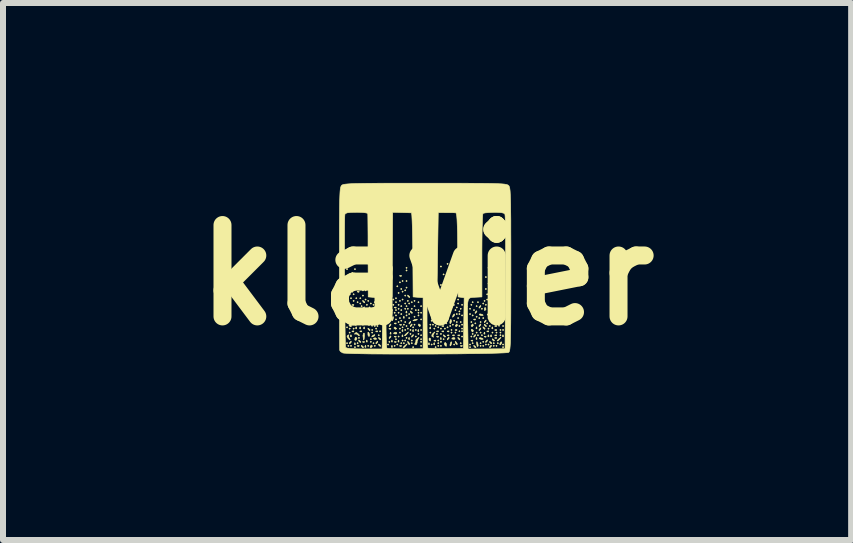
<source format=kicad_pcb>
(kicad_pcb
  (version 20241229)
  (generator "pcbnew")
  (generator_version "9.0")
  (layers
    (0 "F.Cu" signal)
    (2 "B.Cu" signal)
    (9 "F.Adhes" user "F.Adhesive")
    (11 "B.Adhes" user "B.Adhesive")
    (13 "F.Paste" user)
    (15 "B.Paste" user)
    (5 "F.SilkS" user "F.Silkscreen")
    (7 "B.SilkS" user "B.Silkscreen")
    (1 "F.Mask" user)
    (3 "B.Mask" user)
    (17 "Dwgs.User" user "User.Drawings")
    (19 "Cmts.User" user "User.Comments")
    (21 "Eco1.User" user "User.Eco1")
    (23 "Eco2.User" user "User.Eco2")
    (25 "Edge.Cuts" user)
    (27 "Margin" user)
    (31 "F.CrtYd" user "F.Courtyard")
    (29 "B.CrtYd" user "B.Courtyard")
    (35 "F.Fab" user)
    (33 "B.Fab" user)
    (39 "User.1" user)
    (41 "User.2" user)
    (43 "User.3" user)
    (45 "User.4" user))
  (footprint "klavier"
    (layer "F.Cu")
    (at 4.071 1.537)
    (property "Reference" "klavier" (at 0 0 0) (layer "F.SilkS") (effects (font (size 1.524 1.524) (thickness 0.3))))
    (attr through_hole)
    (fp_poly (pts (xy -1.323 -0.099) (xy -1.334 -0.088) (xy -1.345 -0.099) (xy -1.334 -0.11) (xy -1.323 -0.099)) (stroke (width 0.01) (type solid)) (fill yes) (layer "F.SilkS"))
    (fp_poly (pts (xy -1.323 0.187) (xy -1.334 0.198) (xy -1.345 0.187) (xy -1.334 0.176) (xy -1.323 0.187)) (stroke (width 0.01) (type solid)) (fill yes) (layer "F.SilkS"))
    (fp_poly (pts (xy -1.323 0.386) (xy -1.334 0.397) (xy -1.345 0.386) (xy -1.334 0.375) (xy -1.323 0.386)) (stroke (width 0.01) (type solid)) (fill yes) (layer "F.SilkS"))
    (fp_poly (pts (xy -1.323 0.871) (xy -1.334 0.882) (xy -1.345 0.871) (xy -1.334 0.86) (xy -1.323 0.871)) (stroke (width 0.01) (type solid)) (fill yes) (layer "F.SilkS"))
    (fp_poly (pts (xy -1.323 1.136) (xy -1.334 1.147) (xy -1.345 1.136) (xy -1.334 1.124) (xy -1.323 1.136)) (stroke (width 0.01) (type solid)) (fill yes) (layer "F.SilkS"))
    (fp_poly (pts (xy -1.301 0.43) (xy -1.312 0.441) (xy -1.323 0.43) (xy -1.312 0.419) (xy -1.301 0.43)) (stroke (width 0.01) (type solid)) (fill yes) (layer "F.SilkS"))
    (fp_poly (pts (xy -1.301 0.474) (xy -1.312 0.485) (xy -1.323 0.474) (xy -1.312 0.463) (xy -1.301 0.474)) (stroke (width 0.01) (type solid)) (fill yes) (layer "F.SilkS"))
    (fp_poly (pts (xy -1.301 0.65) (xy -1.312 0.661) (xy -1.323 0.65) (xy -1.312 0.639) (xy -1.301 0.65)) (stroke (width 0.01) (type solid)) (fill yes) (layer "F.SilkS"))
    (fp_poly (pts (xy -1.301 1.18) (xy -1.312 1.191) (xy -1.323 1.18) (xy -1.312 1.169) (xy -1.301 1.18)) (stroke (width 0.01) (type solid)) (fill yes) (layer "F.SilkS"))
    (fp_poly (pts (xy -1.279 0.055) (xy -1.29 0.066) (xy -1.301 0.055) (xy -1.29 0.044) (xy -1.279 0.055)) (stroke (width 0.01) (type solid)) (fill yes) (layer "F.SilkS"))
    (fp_poly (pts (xy -1.279 0.32) (xy -1.29 0.331) (xy -1.301 0.32) (xy -1.29 0.309) (xy -1.279 0.32)) (stroke (width 0.01) (type solid)) (fill yes) (layer "F.SilkS"))
    (fp_poly (pts (xy -1.279 0.695) (xy -1.29 0.706) (xy -1.301 0.695) (xy -1.29 0.684) (xy -1.279 0.695)) (stroke (width 0.01) (type solid)) (fill yes) (layer "F.SilkS"))
    (fp_poly (pts (xy -1.279 0.739) (xy -1.29 0.75) (xy -1.301 0.739) (xy -1.29 0.728) (xy -1.279 0.739)) (stroke (width 0.01) (type solid)) (fill yes) (layer "F.SilkS"))
    (fp_poly (pts (xy -1.279 0.893) (xy -1.29 0.904) (xy -1.301 0.893) (xy -1.29 0.882) (xy -1.279 0.893)) (stroke (width 0.01) (type solid)) (fill yes) (layer "F.SilkS"))
    (fp_poly (pts (xy -1.279 0.959) (xy -1.29 0.97) (xy -1.301 0.959) (xy -1.29 0.948) (xy -1.279 0.959)) (stroke (width 0.01) (type solid)) (fill yes) (layer "F.SilkS"))
    (fp_poly (pts (xy -1.257 0.209) (xy -1.268 0.22) (xy -1.279 0.209) (xy -1.268 0.198) (xy -1.257 0.209)) (stroke (width 0.01) (type solid)) (fill yes) (layer "F.SilkS"))
    (fp_poly (pts (xy -1.257 0.386) (xy -1.268 0.397) (xy -1.279 0.386) (xy -1.268 0.375) (xy -1.257 0.386)) (stroke (width 0.01) (type solid)) (fill yes) (layer "F.SilkS"))
    (fp_poly (pts (xy -1.257 0.584) (xy -1.268 0.595) (xy -1.279 0.584) (xy -1.268 0.573) (xy -1.257 0.584)) (stroke (width 0.01) (type solid)) (fill yes) (layer "F.SilkS"))
    (fp_poly (pts (xy -1.257 0.783) (xy -1.268 0.794) (xy -1.279 0.783) (xy -1.268 0.772) (xy -1.257 0.783)) (stroke (width 0.01) (type solid)) (fill yes) (layer "F.SilkS"))
    (fp_poly (pts (xy -1.257 1.18) (xy -1.268 1.191) (xy -1.279 1.18) (xy -1.268 1.169) (xy -1.257 1.18)) (stroke (width 0.01) (type solid)) (fill yes) (layer "F.SilkS"))
    (fp_poly (pts (xy -1.235 -0.033) (xy -1.246 -0.022) (xy -1.257 -0.033) (xy -1.246 -0.044) (xy -1.235 -0.033)) (stroke (width 0.01) (type solid)) (fill yes) (layer "F.SilkS"))
    (fp_poly (pts (xy -1.235 0.276) (xy -1.246 0.287) (xy -1.257 0.276) (xy -1.246 0.265) (xy -1.235 0.276)) (stroke (width 0.01) (type solid)) (fill yes) (layer "F.SilkS"))
    (fp_poly (pts (xy -1.235 0.739) (xy -1.246 0.75) (xy -1.257 0.739) (xy -1.246 0.728) (xy -1.235 0.739)) (stroke (width 0.01) (type solid)) (fill yes) (layer "F.SilkS"))
    (fp_poly (pts (xy -1.213 0.077) (xy -1.224 0.088) (xy -1.235 0.077) (xy -1.224 0.066) (xy -1.213 0.077)) (stroke (width 0.01) (type solid)) (fill yes) (layer "F.SilkS"))
    (fp_poly (pts (xy -1.213 0.209) (xy -1.224 0.22) (xy -1.235 0.209) (xy -1.224 0.198) (xy -1.213 0.209)) (stroke (width 0.01) (type solid)) (fill yes) (layer "F.SilkS"))
    (fp_poly (pts (xy -1.213 0.32) (xy -1.224 0.331) (xy -1.235 0.32) (xy -1.224 0.309) (xy -1.213 0.32)) (stroke (width 0.01) (type solid)) (fill yes) (layer "F.SilkS"))
    (fp_poly (pts (xy -1.213 0.43) (xy -1.224 0.441) (xy -1.235 0.43) (xy -1.224 0.419) (xy -1.213 0.43)) (stroke (width 0.01) (type solid)) (fill yes) (layer "F.SilkS"))
    (fp_poly (pts (xy -1.213 0.628) (xy -1.224 0.639) (xy -1.235 0.628) (xy -1.224 0.617) (xy -1.213 0.628)) (stroke (width 0.01) (type solid)) (fill yes) (layer "F.SilkS"))
    (fp_poly (pts (xy -1.213 0.695) (xy -1.224 0.706) (xy -1.235 0.695) (xy -1.224 0.684) (xy -1.213 0.695)) (stroke (width 0.01) (type solid)) (fill yes) (layer "F.SilkS"))
    (fp_poly (pts (xy -1.213 0.893) (xy -1.224 0.904) (xy -1.235 0.893) (xy -1.224 0.882) (xy -1.213 0.893)) (stroke (width 0.01) (type solid)) (fill yes) (layer "F.SilkS"))
    (fp_poly (pts (xy -1.191 -0.099) (xy -1.202 -0.088) (xy -1.213 -0.099) (xy -1.202 -0.11) (xy -1.191 -0.099)) (stroke (width 0.01) (type solid)) (fill yes) (layer "F.SilkS"))
    (fp_poly (pts (xy -1.191 -0.011) (xy -1.202 0) (xy -1.213 -0.011) (xy -1.202 -0.022) (xy -1.191 -0.011)) (stroke (width 0.01) (type solid)) (fill yes) (layer "F.SilkS"))
    (fp_poly (pts (xy -1.191 0.584) (xy -1.202 0.595) (xy -1.213 0.584) (xy -1.202 0.573) (xy -1.191 0.584)) (stroke (width 0.01) (type solid)) (fill yes) (layer "F.SilkS"))
    (fp_poly (pts (xy -1.191 1.202) (xy -1.202 1.213) (xy -1.213 1.202) (xy -1.202 1.191) (xy -1.191 1.202)) (stroke (width 0.01) (type solid)) (fill yes) (layer "F.SilkS"))
    (fp_poly (pts (xy -1.169 -0.254) (xy -1.18 -0.243) (xy -1.191 -0.254) (xy -1.18 -0.265) (xy -1.169 -0.254)) (stroke (width 0.01) (type solid)) (fill yes) (layer "F.SilkS"))
    (fp_poly (pts (xy -1.169 0.386) (xy -1.18 0.397) (xy -1.191 0.386) (xy -1.18 0.375) (xy -1.169 0.386)) (stroke (width 0.01) (type solid)) (fill yes) (layer "F.SilkS"))
    (fp_poly (pts (xy -1.147 0.099) (xy -1.158 0.11) (xy -1.169 0.099) (xy -1.158 0.088) (xy -1.147 0.099)) (stroke (width 0.01) (type solid)) (fill yes) (layer "F.SilkS"))
    (fp_poly (pts (xy -1.147 0.452) (xy -1.158 0.463) (xy -1.169 0.452) (xy -1.158 0.441) (xy -1.147 0.452)) (stroke (width 0.01) (type solid)) (fill yes) (layer "F.SilkS"))
    (fp_poly (pts (xy -1.147 1.136) (xy -1.158 1.147) (xy -1.169 1.136) (xy -1.158 1.124) (xy -1.147 1.136)) (stroke (width 0.01) (type solid)) (fill yes) (layer "F.SilkS"))
    (fp_poly (pts (xy -1.124 -0.011) (xy -1.136 0) (xy -1.147 -0.011) (xy -1.136 -0.022) (xy -1.124 -0.011)) (stroke (width 0.01) (type solid)) (fill yes) (layer "F.SilkS"))
    (fp_poly (pts (xy -1.124 0.187) (xy -1.136 0.198) (xy -1.147 0.187) (xy -1.136 0.176) (xy -1.124 0.187)) (stroke (width 0.01) (type solid)) (fill yes) (layer "F.SilkS"))
    (fp_poly (pts (xy -1.124 1.047) (xy -1.136 1.058) (xy -1.147 1.047) (xy -1.136 1.036) (xy -1.124 1.047)) (stroke (width 0.01) (type solid)) (fill yes) (layer "F.SilkS"))
    (fp_poly (pts (xy -1.102 0.386) (xy -1.113 0.397) (xy -1.124 0.386) (xy -1.113 0.375) (xy -1.102 0.386)) (stroke (width 0.01) (type solid)) (fill yes) (layer "F.SilkS"))
    (fp_poly (pts (xy -1.102 0.474) (xy -1.113 0.485) (xy -1.124 0.474) (xy -1.113 0.463) (xy -1.102 0.474)) (stroke (width 0.01) (type solid)) (fill yes) (layer "F.SilkS"))
    (fp_poly (pts (xy -1.102 0.805) (xy -1.113 0.816) (xy -1.124 0.805) (xy -1.113 0.794) (xy -1.102 0.805)) (stroke (width 0.01) (type solid)) (fill yes) (layer "F.SilkS"))
    (fp_poly (pts (xy -1.08 0.011) (xy -1.091 0.022) (xy -1.102 0.011) (xy -1.091 0) (xy -1.08 0.011)) (stroke (width 0.01) (type solid)) (fill yes) (layer "F.SilkS"))
    (fp_poly (pts (xy -1.08 0.099) (xy -1.091 0.11) (xy -1.102 0.099) (xy -1.091 0.088) (xy -1.08 0.099)) (stroke (width 0.01) (type solid)) (fill yes) (layer "F.SilkS"))
    (fp_poly (pts (xy -1.08 0.518) (xy -1.091 0.529) (xy -1.102 0.518) (xy -1.091 0.507) (xy -1.08 0.518)) (stroke (width 0.01) (type solid)) (fill yes) (layer "F.SilkS"))
    (fp_poly (pts (xy -1.08 0.717) (xy -1.091 0.728) (xy -1.102 0.717) (xy -1.091 0.706) (xy -1.08 0.717)) (stroke (width 0.01) (type solid)) (fill yes) (layer "F.SilkS"))
    (fp_poly (pts (xy -1.08 0.761) (xy -1.091 0.772) (xy -1.102 0.761) (xy -1.091 0.75) (xy -1.08 0.761)) (stroke (width 0.01) (type solid)) (fill yes) (layer "F.SilkS"))
    (fp_poly (pts (xy -1.058 -0.209) (xy -1.069 -0.198) (xy -1.08 -0.209) (xy -1.069 -0.22) (xy -1.058 -0.209)) (stroke (width 0.01) (type solid)) (fill yes) (layer "F.SilkS"))
    (fp_poly (pts (xy -1.058 0.254) (xy -1.069 0.265) (xy -1.08 0.254) (xy -1.069 0.243) (xy -1.058 0.254)) (stroke (width 0.01) (type solid)) (fill yes) (layer "F.SilkS"))
    (fp_poly (pts (xy -1.058 0.342) (xy -1.069 0.353) (xy -1.08 0.342) (xy -1.069 0.331) (xy -1.058 0.342)) (stroke (width 0.01) (type solid)) (fill yes) (layer "F.SilkS"))
    (fp_poly (pts (xy -1.036 0.695) (xy -1.047 0.706) (xy -1.058 0.695) (xy -1.047 0.684) (xy -1.036 0.695)) (stroke (width 0.01) (type solid)) (fill yes) (layer "F.SilkS"))
    (fp_poly (pts (xy -1.036 0.761) (xy -1.047 0.772) (xy -1.058 0.761) (xy -1.047 0.75) (xy -1.036 0.761)) (stroke (width 0.01) (type solid)) (fill yes) (layer "F.SilkS"))
    (fp_poly (pts (xy -1.014 0.254) (xy -1.025 0.265) (xy -1.036 0.254) (xy -1.025 0.243) (xy -1.014 0.254)) (stroke (width 0.01) (type solid)) (fill yes) (layer "F.SilkS"))
    (fp_poly (pts (xy -1.014 0.408) (xy -1.025 0.419) (xy -1.036 0.408) (xy -1.025 0.397) (xy -1.014 0.408)) (stroke (width 0.01) (type solid)) (fill yes) (layer "F.SilkS"))
    (fp_poly (pts (xy -1.014 0.628) (xy -1.025 0.639) (xy -1.036 0.628) (xy -1.025 0.617) (xy -1.014 0.628)) (stroke (width 0.01) (type solid)) (fill yes) (layer "F.SilkS"))
    (fp_poly (pts (xy -0.992 0.496) (xy -1.003 0.507) (xy -1.014 0.496) (xy -1.003 0.485) (xy -0.992 0.496)) (stroke (width 0.01) (type solid)) (fill yes) (layer "F.SilkS"))
    (fp_poly (pts (xy -0.992 0.783) (xy -1.003 0.794) (xy -1.014 0.783) (xy -1.003 0.772) (xy -0.992 0.783)) (stroke (width 0.01) (type solid)) (fill yes) (layer "F.SilkS"))
    (fp_poly (pts (xy -0.97 0.43) (xy -0.981 0.441) (xy -0.992 0.43) (xy -0.981 0.419) (xy -0.97 0.43)) (stroke (width 0.01) (type solid)) (fill yes) (layer "F.SilkS"))
    (fp_poly (pts (xy -0.97 0.717) (xy -0.981 0.728) (xy -0.992 0.717) (xy -0.981 0.706) (xy -0.97 0.717)) (stroke (width 0.01) (type solid)) (fill yes) (layer "F.SilkS"))
    (fp_poly (pts (xy -0.97 1.18) (xy -0.981 1.191) (xy -0.992 1.18) (xy -0.981 1.169) (xy -0.97 1.18)) (stroke (width 0.01) (type solid)) (fill yes) (layer "F.SilkS"))
    (fp_poly (pts (xy -0.948 0.54) (xy -0.959 0.551) (xy -0.97 0.54) (xy -0.959 0.529) (xy -0.948 0.54)) (stroke (width 0.01) (type solid)) (fill yes) (layer "F.SilkS"))
    (fp_poly (pts (xy -0.926 0.474) (xy -0.937 0.485) (xy -0.948 0.474) (xy -0.937 0.463) (xy -0.926 0.474)) (stroke (width 0.01) (type solid)) (fill yes) (layer "F.SilkS"))
    (fp_poly (pts (xy -0.926 1.069) (xy -0.937 1.08) (xy -0.948 1.069) (xy -0.937 1.058) (xy -0.926 1.069)) (stroke (width 0.01) (type solid)) (fill yes) (layer "F.SilkS"))
    (fp_poly (pts (xy -0.926 1.113) (xy -0.937 1.124) (xy -0.948 1.113) (xy -0.937 1.102) (xy -0.926 1.113)) (stroke (width 0.01) (type solid)) (fill yes) (layer "F.SilkS"))
    (fp_poly (pts (xy -0.904 0.915) (xy -0.915 0.926) (xy -0.926 0.915) (xy -0.915 0.904) (xy -0.904 0.915)) (stroke (width 0.01) (type solid)) (fill yes) (layer "F.SilkS"))
    (fp_poly (pts (xy -0.904 0.959) (xy -0.915 0.97) (xy -0.926 0.959) (xy -0.915 0.948) (xy -0.904 0.959)) (stroke (width 0.01) (type solid)) (fill yes) (layer "F.SilkS"))
    (fp_poly (pts (xy -0.882 0.496) (xy -0.893 0.507) (xy -0.904 0.496) (xy -0.893 0.485) (xy -0.882 0.496)) (stroke (width 0.01) (type solid)) (fill yes) (layer "F.SilkS"))
    (fp_poly (pts (xy -0.882 1.136) (xy -0.893 1.147) (xy -0.904 1.136) (xy -0.893 1.124) (xy -0.882 1.136)) (stroke (width 0.01) (type solid)) (fill yes) (layer "F.SilkS"))
    (fp_poly (pts (xy -0.86 0.452) (xy -0.871 0.463) (xy -0.882 0.452) (xy -0.871 0.441) (xy -0.86 0.452)) (stroke (width 0.01) (type solid)) (fill yes) (layer "F.SilkS"))
    (fp_poly (pts (xy -0.86 0.584) (xy -0.871 0.595) (xy -0.882 0.584) (xy -0.871 0.573) (xy -0.86 0.584)) (stroke (width 0.01) (type solid)) (fill yes) (layer "F.SilkS"))
    (fp_poly (pts (xy -0.86 0.717) (xy -0.871 0.728) (xy -0.882 0.717) (xy -0.871 0.706) (xy -0.86 0.717)) (stroke (width 0.01) (type solid)) (fill yes) (layer "F.SilkS"))
    (fp_poly (pts (xy -0.86 0.849) (xy -0.871 0.86) (xy -0.882 0.849) (xy -0.871 0.838) (xy -0.86 0.849)) (stroke (width 0.01) (type solid)) (fill yes) (layer "F.SilkS"))
    (fp_poly (pts (xy -0.86 1.18) (xy -0.871 1.191) (xy -0.882 1.18) (xy -0.871 1.169) (xy -0.86 1.18)) (stroke (width 0.01) (type solid)) (fill yes) (layer "F.SilkS"))
    (fp_poly (pts (xy -0.838 0.893) (xy -0.849 0.904) (xy -0.86 0.893) (xy -0.849 0.882) (xy -0.838 0.893)) (stroke (width 0.01) (type solid)) (fill yes) (layer "F.SilkS"))
    (fp_poly (pts (xy -0.816 0.496) (xy -0.827 0.507) (xy -0.838 0.496) (xy -0.827 0.485) (xy -0.816 0.496)) (stroke (width 0.01) (type solid)) (fill yes) (layer "F.SilkS"))
    (fp_poly (pts (xy -0.816 0.628) (xy -0.827 0.639) (xy -0.838 0.628) (xy -0.827 0.617) (xy -0.816 0.628)) (stroke (width 0.01) (type solid)) (fill yes) (layer "F.SilkS"))
    (fp_poly (pts (xy -0.816 0.849) (xy -0.827 0.86) (xy -0.838 0.849) (xy -0.827 0.838) (xy -0.816 0.849)) (stroke (width 0.01) (type solid)) (fill yes) (layer "F.SilkS"))
    (fp_poly (pts (xy -0.794 0.43) (xy -0.805 0.441) (xy -0.816 0.43) (xy -0.805 0.419) (xy -0.794 0.43)) (stroke (width 0.01) (type solid)) (fill yes) (layer "F.SilkS"))
    (fp_poly (pts (xy -0.794 0.54) (xy -0.805 0.551) (xy -0.816 0.54) (xy -0.805 0.529) (xy -0.794 0.54)) (stroke (width 0.01) (type solid)) (fill yes) (layer "F.SilkS"))
    (fp_poly (pts (xy -0.794 0.695) (xy -0.805 0.706) (xy -0.816 0.695) (xy -0.805 0.684) (xy -0.794 0.695)) (stroke (width 0.01) (type solid)) (fill yes) (layer "F.SilkS"))
    (fp_poly (pts (xy -0.794 1.003) (xy -0.805 1.014) (xy -0.816 1.003) (xy -0.805 0.992) (xy -0.794 1.003)) (stroke (width 0.01) (type solid)) (fill yes) (layer "F.SilkS"))
    (fp_poly (pts (xy -0.772 0.805) (xy -0.783 0.816) (xy -0.794 0.805) (xy -0.783 0.794) (xy -0.772 0.805)) (stroke (width 0.01) (type solid)) (fill yes) (layer "F.SilkS"))
    (fp_poly (pts (xy -0.772 0.937) (xy -0.783 0.948) (xy -0.794 0.937) (xy -0.783 0.926) (xy -0.772 0.937)) (stroke (width 0.01) (type solid)) (fill yes) (layer "F.SilkS"))
    (fp_poly (pts (xy -0.639 0.628) (xy -0.65 0.639) (xy -0.661 0.628) (xy -0.65 0.617) (xy -0.639 0.628)) (stroke (width 0.01) (type solid)) (fill yes) (layer "F.SilkS"))
    (fp_poly (pts (xy -0.639 1.158) (xy -0.65 1.169) (xy -0.661 1.158) (xy -0.65 1.147) (xy -0.639 1.158)) (stroke (width 0.01) (type solid)) (fill yes) (layer "F.SilkS"))
    (fp_poly (pts (xy -0.617 0.496) (xy -0.628 0.507) (xy -0.639 0.496) (xy -0.628 0.485) (xy -0.617 0.496)) (stroke (width 0.01) (type solid)) (fill yes) (layer "F.SilkS"))
    (fp_poly (pts (xy -0.617 0.761) (xy -0.628 0.772) (xy -0.639 0.761) (xy -0.628 0.75) (xy -0.617 0.761)) (stroke (width 0.01) (type solid)) (fill yes) (layer "F.SilkS"))
    (fp_poly (pts (xy -0.617 1.113) (xy -0.628 1.124) (xy -0.639 1.113) (xy -0.628 1.102) (xy -0.617 1.113)) (stroke (width 0.01) (type solid)) (fill yes) (layer "F.SilkS"))
    (fp_poly (pts (xy -0.595 0.452) (xy -0.606 0.463) (xy -0.617 0.452) (xy -0.606 0.441) (xy -0.595 0.452)) (stroke (width 0.01) (type solid)) (fill yes) (layer "F.SilkS"))
    (fp_poly (pts (xy -0.573 0.584) (xy -0.584 0.595) (xy -0.595 0.584) (xy -0.584 0.573) (xy -0.573 0.584)) (stroke (width 0.01) (type solid)) (fill yes) (layer "F.SilkS"))
    (fp_poly (pts (xy -0.551 0.408) (xy -0.562 0.419) (xy -0.573 0.408) (xy -0.562 0.397) (xy -0.551 0.408)) (stroke (width 0.01) (type solid)) (fill yes) (layer "F.SilkS"))
    (fp_poly (pts (xy -0.551 0.496) (xy -0.562 0.507) (xy -0.573 0.496) (xy -0.562 0.485) (xy -0.551 0.496)) (stroke (width 0.01) (type solid)) (fill yes) (layer "F.SilkS"))
    (fp_poly (pts (xy -0.529 0.628) (xy -0.54 0.639) (xy -0.551 0.628) (xy -0.54 0.617) (xy -0.529 0.628)) (stroke (width 0.01) (type solid)) (fill yes) (layer "F.SilkS"))
    (fp_poly (pts (xy -0.529 1.18) (xy -0.54 1.191) (xy -0.551 1.18) (xy -0.54 1.169) (xy -0.529 1.18)) (stroke (width 0.01) (type solid)) (fill yes) (layer "F.SilkS"))
    (fp_poly (pts (xy -0.507 0.386) (xy -0.518 0.397) (xy -0.529 0.386) (xy -0.518 0.375) (xy -0.507 0.386)) (stroke (width 0.01) (type solid)) (fill yes) (layer "F.SilkS"))
    (fp_poly (pts (xy -0.507 0.452) (xy -0.518 0.463) (xy -0.529 0.452) (xy -0.518 0.441) (xy -0.507 0.452)) (stroke (width 0.01) (type solid)) (fill yes) (layer "F.SilkS"))
    (fp_poly (pts (xy -0.507 0.584) (xy -0.518 0.595) (xy -0.529 0.584) (xy -0.518 0.573) (xy -0.507 0.584)) (stroke (width 0.01) (type solid)) (fill yes) (layer "F.SilkS"))
    (fp_poly (pts (xy -0.507 0.672) (xy -0.518 0.684) (xy -0.529 0.672) (xy -0.518 0.661) (xy -0.507 0.672)) (stroke (width 0.01) (type solid)) (fill yes) (layer "F.SilkS"))
    (fp_poly (pts (xy -0.507 0.739) (xy -0.518 0.75) (xy -0.529 0.739) (xy -0.518 0.728) (xy -0.507 0.739)) (stroke (width 0.01) (type solid)) (fill yes) (layer "F.SilkS"))
    (fp_poly (pts (xy -0.507 1.069) (xy -0.518 1.08) (xy -0.529 1.069) (xy -0.518 1.058) (xy -0.507 1.069)) (stroke (width 0.01) (type solid)) (fill yes) (layer "F.SilkS"))
    (fp_poly (pts (xy -0.485 0.187) (xy -0.496 0.198) (xy -0.507 0.187) (xy -0.496 0.176) (xy -0.485 0.187)) (stroke (width 0.01) (type solid)) (fill yes) (layer "F.SilkS"))
    (fp_poly (pts (xy -0.485 1.158) (xy -0.496 1.169) (xy -0.507 1.158) (xy -0.496 1.147) (xy -0.485 1.158)) (stroke (width 0.01) (type solid)) (fill yes) (layer "F.SilkS"))
    (fp_poly (pts (xy -0.463 0.298) (xy -0.474 0.309) (xy -0.485 0.298) (xy -0.474 0.287) (xy -0.463 0.298)) (stroke (width 0.01) (type solid)) (fill yes) (layer "F.SilkS"))
    (fp_poly (pts (xy -0.463 0.496) (xy -0.474 0.507) (xy -0.485 0.496) (xy -0.474 0.485) (xy -0.463 0.496)) (stroke (width 0.01) (type solid)) (fill yes) (layer "F.SilkS"))
    (fp_poly (pts (xy -0.463 0.562) (xy -0.474 0.573) (xy -0.485 0.562) (xy -0.474 0.551) (xy -0.463 0.562)) (stroke (width 0.01) (type solid)) (fill yes) (layer "F.SilkS"))
    (fp_poly (pts (xy -0.463 0.628) (xy -0.474 0.639) (xy -0.485 0.628) (xy -0.474 0.617) (xy -0.463 0.628)) (stroke (width 0.01) (type solid)) (fill yes) (layer "F.SilkS"))
    (fp_poly (pts (xy -0.463 0.783) (xy -0.474 0.794) (xy -0.485 0.783) (xy -0.474 0.772) (xy -0.463 0.783)) (stroke (width 0.01) (type solid)) (fill yes) (layer "F.SilkS"))
    (fp_poly (pts (xy -0.463 1.025) (xy -0.474 1.036) (xy -0.485 1.025) (xy -0.474 1.014) (xy -0.463 1.025)) (stroke (width 0.01) (type solid)) (fill yes) (layer "F.SilkS"))
    (fp_poly (pts (xy -0.441 0.121) (xy -0.452 0.132) (xy -0.463 0.121) (xy -0.452 0.11) (xy -0.441 0.121)) (stroke (width 0.01) (type solid)) (fill yes) (layer "F.SilkS"))
    (fp_poly (pts (xy -0.441 0.43) (xy -0.452 0.441) (xy -0.463 0.43) (xy -0.452 0.419) (xy -0.441 0.43)) (stroke (width 0.01) (type solid)) (fill yes) (layer "F.SilkS"))
    (fp_poly (pts (xy -0.441 0.717) (xy -0.452 0.728) (xy -0.463 0.717) (xy -0.452 0.706) (xy -0.441 0.717)) (stroke (width 0.01) (type solid)) (fill yes) (layer "F.SilkS"))
    (fp_poly (pts (xy -0.441 0.893) (xy -0.452 0.904) (xy -0.463 0.893) (xy -0.452 0.882) (xy -0.441 0.893)) (stroke (width 0.01) (type solid)) (fill yes) (layer "F.SilkS"))
    (fp_poly (pts (xy -0.441 0.959) (xy -0.452 0.97) (xy -0.463 0.959) (xy -0.452 0.948) (xy -0.441 0.959)) (stroke (width 0.01) (type solid)) (fill yes) (layer "F.SilkS"))
    (fp_poly (pts (xy -0.419 0.232) (xy -0.43 0.243) (xy -0.441 0.232) (xy -0.43 0.22) (xy -0.419 0.232)) (stroke (width 0.01) (type solid)) (fill yes) (layer "F.SilkS"))
    (fp_poly (pts (xy -0.419 0.518) (xy -0.43 0.529) (xy -0.441 0.518) (xy -0.43 0.507) (xy -0.419 0.518)) (stroke (width 0.01) (type solid)) (fill yes) (layer "F.SilkS"))
    (fp_poly (pts (xy -0.419 0.584) (xy -0.43 0.595) (xy -0.441 0.584) (xy -0.43 0.573) (xy -0.419 0.584)) (stroke (width 0.01) (type solid)) (fill yes) (layer "F.SilkS"))
    (fp_poly (pts (xy -0.419 0.65) (xy -0.43 0.661) (xy -0.441 0.65) (xy -0.43 0.639) (xy -0.419 0.65)) (stroke (width 0.01) (type solid)) (fill yes) (layer "F.SilkS"))
    (fp_poly (pts (xy -0.419 0.761) (xy -0.43 0.772) (xy -0.441 0.761) (xy -0.43 0.75) (xy -0.419 0.761)) (stroke (width 0.01) (type solid)) (fill yes) (layer "F.SilkS"))
    (fp_poly (pts (xy -0.419 1.136) (xy -0.43 1.147) (xy -0.441 1.136) (xy -0.43 1.124) (xy -0.419 1.136)) (stroke (width 0.01) (type solid)) (fill yes) (layer "F.SilkS"))
    (fp_poly (pts (xy -0.397 0.099) (xy -0.408 0.11) (xy -0.419 0.099) (xy -0.408 0.088) (xy -0.397 0.099)) (stroke (width 0.01) (type solid)) (fill yes) (layer "F.SilkS"))
    (fp_poly (pts (xy -0.397 0.276) (xy -0.408 0.287) (xy -0.419 0.276) (xy -0.408 0.265) (xy -0.397 0.276)) (stroke (width 0.01) (type solid)) (fill yes) (layer "F.SilkS"))
    (fp_poly (pts (xy -0.397 0.408) (xy -0.408 0.419) (xy -0.419 0.408) (xy -0.408 0.397) (xy -0.397 0.408)) (stroke (width 0.01) (type solid)) (fill yes) (layer "F.SilkS"))
    (fp_poly (pts (xy -0.397 0.871) (xy -0.408 0.882) (xy -0.419 0.871) (xy -0.408 0.86) (xy -0.397 0.871)) (stroke (width 0.01) (type solid)) (fill yes) (layer "F.SilkS"))
    (fp_poly (pts (xy -0.397 1.091) (xy -0.408 1.102) (xy -0.419 1.091) (xy -0.408 1.08) (xy -0.397 1.091)) (stroke (width 0.01) (type solid)) (fill yes) (layer "F.SilkS"))
    (fp_poly (pts (xy -0.375 0.827) (xy -0.386 0.838) (xy -0.397 0.827) (xy -0.386 0.816) (xy -0.375 0.827)) (stroke (width 0.01) (type solid)) (fill yes) (layer "F.SilkS"))
    (fp_poly (pts (xy -0.375 1.136) (xy -0.386 1.147) (xy -0.397 1.136) (xy -0.386 1.124) (xy -0.375 1.136)) (stroke (width 0.01) (type solid)) (fill yes) (layer "F.SilkS"))
    (fp_poly (pts (xy -0.353 0.254) (xy -0.364 0.265) (xy -0.375 0.254) (xy -0.364 0.243) (xy -0.353 0.254)) (stroke (width 0.01) (type solid)) (fill yes) (layer "F.SilkS"))
    (fp_poly (pts (xy -0.353 0.342) (xy -0.364 0.353) (xy -0.375 0.342) (xy -0.364 0.331) (xy -0.353 0.342)) (stroke (width 0.01) (type solid)) (fill yes) (layer "F.SilkS"))
    (fp_poly (pts (xy -0.353 0.474) (xy -0.364 0.485) (xy -0.375 0.474) (xy -0.364 0.463) (xy -0.353 0.474)) (stroke (width 0.01) (type solid)) (fill yes) (layer "F.SilkS"))
    (fp_poly (pts (xy -0.353 0.562) (xy -0.364 0.573) (xy -0.375 0.562) (xy -0.364 0.551) (xy -0.353 0.562)) (stroke (width 0.01) (type solid)) (fill yes) (layer "F.SilkS"))
    (fp_poly (pts (xy -0.353 0.783) (xy -0.364 0.794) (xy -0.375 0.783) (xy -0.364 0.772) (xy -0.353 0.783)) (stroke (width 0.01) (type solid)) (fill yes) (layer "F.SilkS"))
    (fp_poly (pts (xy -0.353 0.915) (xy -0.364 0.926) (xy -0.375 0.915) (xy -0.364 0.904) (xy -0.353 0.915)) (stroke (width 0.01) (type solid)) (fill yes) (layer "F.SilkS"))
    (fp_poly (pts (xy -0.353 1.091) (xy -0.364 1.102) (xy -0.375 1.091) (xy -0.364 1.08) (xy -0.353 1.091)) (stroke (width 0.01) (type solid)) (fill yes) (layer "F.SilkS"))
    (fp_poly (pts (xy -0.331 -0.121) (xy -0.342 -0.11) (xy -0.353 -0.121) (xy -0.342 -0.132) (xy -0.331 -0.121)) (stroke (width 0.01) (type solid)) (fill yes) (layer "F.SilkS"))
    (fp_poly (pts (xy -0.331 -0.077) (xy -0.342 -0.066) (xy -0.353 -0.077) (xy -0.342 -0.088) (xy -0.331 -0.077)) (stroke (width 0.01) (type solid)) (fill yes) (layer "F.SilkS"))
    (fp_poly (pts (xy -0.331 0.099) (xy -0.342 0.11) (xy -0.353 0.099) (xy -0.342 0.088) (xy -0.331 0.099)) (stroke (width 0.01) (type solid)) (fill yes) (layer "F.SilkS"))
    (fp_poly (pts (xy -0.331 0.209) (xy -0.342 0.22) (xy -0.353 0.209) (xy -0.342 0.198) (xy -0.331 0.209)) (stroke (width 0.01) (type solid)) (fill yes) (layer "F.SilkS"))
    (fp_poly (pts (xy -0.331 0.518) (xy -0.342 0.529) (xy -0.353 0.518) (xy -0.342 0.507) (xy -0.331 0.518)) (stroke (width 0.01) (type solid)) (fill yes) (layer "F.SilkS"))
    (fp_poly (pts (xy -0.331 0.672) (xy -0.342 0.684) (xy -0.353 0.672) (xy -0.342 0.661) (xy -0.331 0.672)) (stroke (width 0.01) (type solid)) (fill yes) (layer "F.SilkS"))
    (fp_poly (pts (xy -0.331 0.849) (xy -0.342 0.86) (xy -0.353 0.849) (xy -0.342 0.838) (xy -0.331 0.849)) (stroke (width 0.01) (type solid)) (fill yes) (layer "F.SilkS"))
    (fp_poly (pts (xy -0.331 1.047) (xy -0.342 1.058) (xy -0.353 1.047) (xy -0.342 1.036) (xy -0.331 1.047)) (stroke (width 0.01) (type solid)) (fill yes) (layer "F.SilkS"))
    (fp_poly (pts (xy -0.309 0.43) (xy -0.32 0.441) (xy -0.331 0.43) (xy -0.32 0.419) (xy -0.309 0.43)) (stroke (width 0.01) (type solid)) (fill yes) (layer "F.SilkS"))
    (fp_poly (pts (xy -0.309 0.562) (xy -0.32 0.573) (xy -0.331 0.562) (xy -0.32 0.551) (xy -0.309 0.562)) (stroke (width 0.01) (type solid)) (fill yes) (layer "F.SilkS"))
    (fp_poly (pts (xy -0.309 0.893) (xy -0.32 0.904) (xy -0.331 0.893) (xy -0.32 0.882) (xy -0.309 0.893)) (stroke (width 0.01) (type solid)) (fill yes) (layer "F.SilkS"))
    (fp_poly (pts (xy -0.287 0.474) (xy -0.298 0.485) (xy -0.309 0.474) (xy -0.298 0.463) (xy -0.287 0.474)) (stroke (width 0.01) (type solid)) (fill yes) (layer "F.SilkS"))
    (fp_poly (pts (xy -0.287 0.65) (xy -0.298 0.661) (xy -0.309 0.65) (xy -0.298 0.639) (xy -0.287 0.65)) (stroke (width 0.01) (type solid)) (fill yes) (layer "F.SilkS"))
    (fp_poly (pts (xy -0.287 0.717) (xy -0.298 0.728) (xy -0.309 0.717) (xy -0.298 0.706) (xy -0.287 0.717)) (stroke (width 0.01) (type solid)) (fill yes) (layer "F.SilkS"))
    (fp_poly (pts (xy -0.265 0.915) (xy -0.276 0.926) (xy -0.287 0.915) (xy -0.276 0.904) (xy -0.265 0.915)) (stroke (width 0.01) (type solid)) (fill yes) (layer "F.SilkS"))
    (fp_poly (pts (xy -0.265 0.981) (xy -0.276 0.992) (xy -0.287 0.981) (xy -0.276 0.97) (xy -0.265 0.981)) (stroke (width 0.01) (type solid)) (fill yes) (layer "F.SilkS"))
    (fp_poly (pts (xy -0.243 0.452) (xy -0.254 0.463) (xy -0.265 0.452) (xy -0.254 0.441) (xy -0.243 0.452)) (stroke (width 0.01) (type solid)) (fill yes) (layer "F.SilkS"))
    (fp_poly (pts (xy -0.243 0.562) (xy -0.254 0.573) (xy -0.265 0.562) (xy -0.254 0.551) (xy -0.243 0.562)) (stroke (width 0.01) (type solid)) (fill yes) (layer "F.SilkS"))
    (fp_poly (pts (xy -0.243 1.091) (xy -0.254 1.102) (xy -0.265 1.091) (xy -0.254 1.08) (xy -0.243 1.091)) (stroke (width 0.01) (type solid)) (fill yes) (layer "F.SilkS"))
    (fp_poly (pts (xy -0.243 1.136) (xy -0.254 1.147) (xy -0.265 1.136) (xy -0.254 1.124) (xy -0.243 1.136)) (stroke (width 0.01) (type solid)) (fill yes) (layer "F.SilkS"))
    (fp_poly (pts (xy -0.22 0.871) (xy -0.232 0.882) (xy -0.243 0.871) (xy -0.232 0.86) (xy -0.22 0.871)) (stroke (width 0.01) (type solid)) (fill yes) (layer "F.SilkS"))
    (fp_poly (pts (xy -0.22 1.202) (xy -0.232 1.213) (xy -0.243 1.202) (xy -0.232 1.191) (xy -0.22 1.202)) (stroke (width 0.01) (type solid)) (fill yes) (layer "F.SilkS"))
    (fp_poly (pts (xy -0.198 0.43) (xy -0.209 0.441) (xy -0.22 0.43) (xy -0.209 0.419) (xy -0.198 0.43)) (stroke (width 0.01) (type solid)) (fill yes) (layer "F.SilkS"))
    (fp_poly (pts (xy -0.198 0.518) (xy -0.209 0.529) (xy -0.22 0.518) (xy -0.209 0.507) (xy -0.198 0.518)) (stroke (width 0.01) (type solid)) (fill yes) (layer "F.SilkS"))
    (fp_poly (pts (xy -0.198 0.695) (xy -0.209 0.706) (xy -0.22 0.695) (xy -0.209 0.684) (xy -0.198 0.695)) (stroke (width 0.01) (type solid)) (fill yes) (layer "F.SilkS"))
    (fp_poly (pts (xy -0.198 0.827) (xy -0.209 0.838) (xy -0.22 0.827) (xy -0.209 0.816) (xy -0.198 0.827)) (stroke (width 0.01) (type solid)) (fill yes) (layer "F.SilkS"))
    (fp_poly (pts (xy -0.176 0.584) (xy -0.187 0.595) (xy -0.198 0.584) (xy -0.187 0.573) (xy -0.176 0.584)) (stroke (width 0.01) (type solid)) (fill yes) (layer "F.SilkS"))
    (fp_poly (pts (xy -0.176 0.915) (xy -0.187 0.926) (xy -0.198 0.915) (xy -0.187 0.904) (xy -0.176 0.915)) (stroke (width 0.01) (type solid)) (fill yes) (layer "F.SilkS"))
    (fp_poly (pts (xy -0.176 1.025) (xy -0.187 1.036) (xy -0.198 1.025) (xy -0.187 1.014) (xy -0.176 1.025)) (stroke (width 0.01) (type solid)) (fill yes) (layer "F.SilkS"))
    (fp_poly (pts (xy -0.132 0.452) (xy -0.143 0.463) (xy -0.154 0.452) (xy -0.143 0.441) (xy -0.132 0.452)) (stroke (width 0.01) (type solid)) (fill yes) (layer "F.SilkS"))
    (fp_poly (pts (xy -0.132 0.584) (xy -0.143 0.595) (xy -0.154 0.584) (xy -0.143 0.573) (xy -0.132 0.584)) (stroke (width 0.01) (type solid)) (fill yes) (layer "F.SilkS"))
    (fp_poly (pts (xy -0.132 0.628) (xy -0.143 0.639) (xy -0.154 0.628) (xy -0.143 0.617) (xy -0.132 0.628)) (stroke (width 0.01) (type solid)) (fill yes) (layer "F.SilkS"))
    (fp_poly (pts (xy -0.132 0.672) (xy -0.143 0.684) (xy -0.154 0.672) (xy -0.143 0.661) (xy -0.132 0.672)) (stroke (width 0.01) (type solid)) (fill yes) (layer "F.SilkS"))
    (fp_poly (pts (xy -0.132 0.981) (xy -0.143 0.992) (xy -0.154 0.981) (xy -0.143 0.97) (xy -0.132 0.981)) (stroke (width 0.01) (type solid)) (fill yes) (layer "F.SilkS"))
    (fp_poly (pts (xy -0.088 0.518) (xy -0.099 0.529) (xy -0.11 0.518) (xy -0.099 0.507) (xy -0.088 0.518)) (stroke (width 0.01) (type solid)) (fill yes) (layer "F.SilkS"))
    (fp_poly (pts (xy -0.088 0.628) (xy -0.099 0.639) (xy -0.11 0.628) (xy -0.099 0.617) (xy -0.088 0.628)) (stroke (width 0.01) (type solid)) (fill yes) (layer "F.SilkS"))
    (fp_poly (pts (xy -0.088 0.739) (xy -0.099 0.75) (xy -0.11 0.739) (xy -0.099 0.728) (xy -0.088 0.739)) (stroke (width 0.01) (type solid)) (fill yes) (layer "F.SilkS"))
    (fp_poly (pts (xy -0.088 0.915) (xy -0.099 0.926) (xy -0.11 0.915) (xy -0.099 0.904) (xy -0.088 0.915)) (stroke (width 0.01) (type solid)) (fill yes) (layer "F.SilkS"))
    (fp_poly (pts (xy -0.088 1.003) (xy -0.099 1.014) (xy -0.11 1.003) (xy -0.099 0.992) (xy -0.088 1.003)) (stroke (width 0.01) (type solid)) (fill yes) (layer "F.SilkS"))
    (fp_poly (pts (xy -0.088 1.069) (xy -0.099 1.08) (xy -0.11 1.069) (xy -0.099 1.058) (xy -0.088 1.069)) (stroke (width 0.01) (type solid)) (fill yes) (layer "F.SilkS"))
    (fp_poly (pts (xy -0.088 1.113) (xy -0.099 1.124) (xy -0.11 1.113) (xy -0.099 1.102) (xy -0.088 1.113)) (stroke (width 0.01) (type solid)) (fill yes) (layer "F.SilkS"))
    (fp_poly (pts (xy -0.088 1.18) (xy -0.099 1.191) (xy -0.11 1.18) (xy -0.099 1.169) (xy -0.088 1.18)) (stroke (width 0.01) (type solid)) (fill yes) (layer "F.SilkS"))
    (fp_poly (pts (xy 0.066 0.518) (xy 0.055 0.529) (xy 0.044 0.518) (xy 0.055 0.507) (xy 0.066 0.518)) (stroke (width 0.01) (type solid)) (fill yes) (layer "F.SilkS"))
    (fp_poly (pts (xy 0.066 0.827) (xy 0.055 0.838) (xy 0.044 0.827) (xy 0.055 0.816) (xy 0.066 0.827)) (stroke (width 0.01) (type solid)) (fill yes) (layer "F.SilkS"))
    (fp_poly (pts (xy 0.066 0.959) (xy 0.055 0.97) (xy 0.044 0.959) (xy 0.055 0.948) (xy 0.066 0.959)) (stroke (width 0.01) (type solid)) (fill yes) (layer "F.SilkS"))
    (fp_poly (pts (xy 0.088 0.584) (xy 0.077 0.595) (xy 0.066 0.584) (xy 0.077 0.573) (xy 0.088 0.584)) (stroke (width 0.01) (type solid)) (fill yes) (layer "F.SilkS"))
    (fp_poly (pts (xy 0.088 0.761) (xy 0.077 0.772) (xy 0.066 0.761) (xy 0.077 0.75) (xy 0.088 0.761)) (stroke (width 0.01) (type solid)) (fill yes) (layer "F.SilkS"))
    (fp_poly (pts (xy 0.088 1.158) (xy 0.077 1.169) (xy 0.066 1.158) (xy 0.077 1.147) (xy 0.088 1.158)) (stroke (width 0.01) (type solid)) (fill yes) (layer "F.SilkS"))
    (fp_poly (pts (xy 0.11 0.43) (xy 0.099 0.441) (xy 0.088 0.43) (xy 0.099 0.419) (xy 0.11 0.43)) (stroke (width 0.01) (type solid)) (fill yes) (layer "F.SilkS"))
    (fp_poly (pts (xy 0.11 0.827) (xy 0.099 0.838) (xy 0.088 0.827) (xy 0.099 0.816) (xy 0.11 0.827)) (stroke (width 0.01) (type solid)) (fill yes) (layer "F.SilkS"))
    (fp_poly (pts (xy 0.132 0.474) (xy 0.121 0.485) (xy 0.11 0.474) (xy 0.121 0.463) (xy 0.132 0.474)) (stroke (width 0.01) (type solid)) (fill yes) (layer "F.SilkS"))
    (fp_poly (pts (xy 0.132 0.562) (xy 0.121 0.573) (xy 0.11 0.562) (xy 0.121 0.551) (xy 0.132 0.562)) (stroke (width 0.01) (type solid)) (fill yes) (layer "F.SilkS"))
    (fp_poly (pts (xy 0.132 0.893) (xy 0.121 0.904) (xy 0.11 0.893) (xy 0.121 0.882) (xy 0.132 0.893)) (stroke (width 0.01) (type solid)) (fill yes) (layer "F.SilkS"))
    (fp_poly (pts (xy 0.154 0.849) (xy 0.143 0.86) (xy 0.132 0.849) (xy 0.143 0.838) (xy 0.154 0.849)) (stroke (width 0.01) (type solid)) (fill yes) (layer "F.SilkS"))
    (fp_poly (pts (xy 0.154 1.202) (xy 0.143 1.213) (xy 0.132 1.202) (xy 0.143 1.191) (xy 0.154 1.202)) (stroke (width 0.01) (type solid)) (fill yes) (layer "F.SilkS"))
    (fp_poly (pts (xy 0.176 0.54) (xy 0.165 0.551) (xy 0.154 0.54) (xy 0.165 0.529) (xy 0.176 0.54)) (stroke (width 0.01) (type solid)) (fill yes) (layer "F.SilkS"))
    (fp_poly (pts (xy 0.176 0.606) (xy 0.165 0.617) (xy 0.154 0.606) (xy 0.165 0.595) (xy 0.176 0.606)) (stroke (width 0.01) (type solid)) (fill yes) (layer "F.SilkS"))
    (fp_poly (pts (xy 0.176 0.981) (xy 0.165 0.992) (xy 0.154 0.981) (xy 0.165 0.97) (xy 0.176 0.981)) (stroke (width 0.01) (type solid)) (fill yes) (layer "F.SilkS"))
    (fp_poly (pts (xy 0.198 0.452) (xy 0.187 0.463) (xy 0.176 0.452) (xy 0.187 0.441) (xy 0.198 0.452)) (stroke (width 0.01) (type solid)) (fill yes) (layer "F.SilkS"))
    (fp_poly (pts (xy 0.198 0.871) (xy 0.187 0.882) (xy 0.176 0.871) (xy 0.187 0.86) (xy 0.198 0.871)) (stroke (width 0.01) (type solid)) (fill yes) (layer "F.SilkS"))
    (fp_poly (pts (xy 0.198 1.091) (xy 0.187 1.102) (xy 0.176 1.091) (xy 0.187 1.08) (xy 0.198 1.091)) (stroke (width 0.01) (type solid)) (fill yes) (layer "F.SilkS"))
    (fp_poly (pts (xy 0.198 1.136) (xy 0.187 1.147) (xy 0.176 1.136) (xy 0.187 1.124) (xy 0.198 1.136)) (stroke (width 0.01) (type solid)) (fill yes) (layer "F.SilkS"))
    (fp_poly (pts (xy 0.198 1.18) (xy 0.187 1.191) (xy 0.176 1.18) (xy 0.187 1.169) (xy 0.198 1.18)) (stroke (width 0.01) (type solid)) (fill yes) (layer "F.SilkS"))
    (fp_poly (pts (xy 0.22 0.386) (xy 0.209 0.397) (xy 0.198 0.386) (xy 0.209 0.375) (xy 0.22 0.386)) (stroke (width 0.01) (type solid)) (fill yes) (layer "F.SilkS"))
    (fp_poly (pts (xy 0.22 0.54) (xy 0.209 0.551) (xy 0.198 0.54) (xy 0.209 0.529) (xy 0.22 0.54)) (stroke (width 0.01) (type solid)) (fill yes) (layer "F.SilkS"))
    (fp_poly (pts (xy 0.243 -0.143) (xy 0.232 -0.132) (xy 0.22 -0.143) (xy 0.232 -0.154) (xy 0.243 -0.143)) (stroke (width 0.01) (type solid)) (fill yes) (layer "F.SilkS"))
    (fp_poly (pts (xy 0.243 0.165) (xy 0.232 0.176) (xy 0.22 0.165) (xy 0.232 0.154) (xy 0.243 0.165)) (stroke (width 0.01) (type solid)) (fill yes) (layer "F.SilkS"))
    (fp_poly (pts (xy 0.243 0.496) (xy 0.232 0.507) (xy 0.22 0.496) (xy 0.232 0.485) (xy 0.243 0.496)) (stroke (width 0.01) (type solid)) (fill yes) (layer "F.SilkS"))
    (fp_poly (pts (xy 0.243 0.606) (xy 0.232 0.617) (xy 0.22 0.606) (xy 0.232 0.595) (xy 0.243 0.606)) (stroke (width 0.01) (type solid)) (fill yes) (layer "F.SilkS"))
    (fp_poly (pts (xy 0.243 0.893) (xy 0.232 0.904) (xy 0.22 0.893) (xy 0.232 0.882) (xy 0.243 0.893)) (stroke (width 0.01) (type solid)) (fill yes) (layer "F.SilkS"))
    (fp_poly (pts (xy 0.243 0.981) (xy 0.232 0.992) (xy 0.22 0.981) (xy 0.232 0.97) (xy 0.243 0.981)) (stroke (width 0.01) (type solid)) (fill yes) (layer "F.SilkS"))
    (fp_poly (pts (xy 0.243 1.113) (xy 0.232 1.124) (xy 0.22 1.113) (xy 0.232 1.102) (xy 0.243 1.113)) (stroke (width 0.01) (type solid)) (fill yes) (layer "F.SilkS"))
    (fp_poly (pts (xy 0.243 1.18) (xy 0.232 1.191) (xy 0.22 1.18) (xy 0.232 1.169) (xy 0.243 1.18)) (stroke (width 0.01) (type solid)) (fill yes) (layer "F.SilkS"))
    (fp_poly (pts (xy 0.265 0.32) (xy 0.254 0.331) (xy 0.243 0.32) (xy 0.254 0.309) (xy 0.265 0.32)) (stroke (width 0.01) (type solid)) (fill yes) (layer "F.SilkS"))
    (fp_poly (pts (xy 0.265 0.43) (xy 0.254 0.441) (xy 0.243 0.43) (xy 0.254 0.419) (xy 0.265 0.43)) (stroke (width 0.01) (type solid)) (fill yes) (layer "F.SilkS"))
    (fp_poly (pts (xy 0.287 -0.011) (xy 0.276 0) (xy 0.265 -0.011) (xy 0.276 -0.022) (xy 0.287 -0.011)) (stroke (width 0.01) (type solid)) (fill yes) (layer "F.SilkS"))
    (fp_poly (pts (xy 0.287 0.187) (xy 0.276 0.198) (xy 0.265 0.187) (xy 0.276 0.176) (xy 0.287 0.187)) (stroke (width 0.01) (type solid)) (fill yes) (layer "F.SilkS"))
    (fp_poly (pts (xy 0.287 0.474) (xy 0.276 0.485) (xy 0.265 0.474) (xy 0.276 0.463) (xy 0.287 0.474)) (stroke (width 0.01) (type solid)) (fill yes) (layer "F.SilkS"))
    (fp_poly (pts (xy 0.287 0.672) (xy 0.276 0.684) (xy 0.265 0.672) (xy 0.276 0.661) (xy 0.287 0.672)) (stroke (width 0.01) (type solid)) (fill yes) (layer "F.SilkS"))
    (fp_poly (pts (xy 0.287 1.069) (xy 0.276 1.08) (xy 0.265 1.069) (xy 0.276 1.058) (xy 0.287 1.069)) (stroke (width 0.01) (type solid)) (fill yes) (layer "F.SilkS"))
    (fp_poly (pts (xy 0.309 0.254) (xy 0.298 0.265) (xy 0.287 0.254) (xy 0.298 0.243) (xy 0.309 0.254)) (stroke (width 0.01) (type solid)) (fill yes) (layer "F.SilkS"))
    (fp_poly (pts (xy 0.309 0.364) (xy 0.298 0.375) (xy 0.287 0.364) (xy 0.298 0.353) (xy 0.309 0.364)) (stroke (width 0.01) (type solid)) (fill yes) (layer "F.SilkS"))
    (fp_poly (pts (xy 0.309 0.54) (xy 0.298 0.551) (xy 0.287 0.54) (xy 0.298 0.529) (xy 0.309 0.54)) (stroke (width 0.01) (type solid)) (fill yes) (layer "F.SilkS"))
    (fp_poly (pts (xy 0.309 0.893) (xy 0.298 0.904) (xy 0.287 0.893) (xy 0.298 0.882) (xy 0.309 0.893)) (stroke (width 0.01) (type solid)) (fill yes) (layer "F.SilkS"))
    (fp_poly (pts (xy 0.331 0.32) (xy 0.32 0.331) (xy 0.309 0.32) (xy 0.32 0.309) (xy 0.331 0.32)) (stroke (width 0.01) (type solid)) (fill yes) (layer "F.SilkS"))
    (fp_poly (pts (xy 0.331 0.65) (xy 0.32 0.661) (xy 0.309 0.65) (xy 0.32 0.639) (xy 0.331 0.65)) (stroke (width 0.01) (type solid)) (fill yes) (layer "F.SilkS"))
    (fp_poly (pts (xy 0.353 -0.187) (xy 0.342 -0.176) (xy 0.331 -0.187) (xy 0.342 -0.198) (xy 0.353 -0.187)) (stroke (width 0.01) (type solid)) (fill yes) (layer "F.SilkS"))
    (fp_poly (pts (xy 0.353 0.165) (xy 0.342 0.176) (xy 0.331 0.165) (xy 0.342 0.154) (xy 0.353 0.165)) (stroke (width 0.01) (type solid)) (fill yes) (layer "F.SilkS"))
    (fp_poly (pts (xy 0.353 0.43) (xy 0.342 0.441) (xy 0.331 0.43) (xy 0.342 0.419) (xy 0.353 0.43)) (stroke (width 0.01) (type solid)) (fill yes) (layer "F.SilkS"))
    (fp_poly (pts (xy 0.353 0.606) (xy 0.342 0.617) (xy 0.331 0.606) (xy 0.342 0.595) (xy 0.353 0.606)) (stroke (width 0.01) (type solid)) (fill yes) (layer "F.SilkS"))
    (fp_poly (pts (xy 0.353 0.871) (xy 0.342 0.882) (xy 0.331 0.871) (xy 0.342 0.86) (xy 0.353 0.871)) (stroke (width 0.01) (type solid)) (fill yes) (layer "F.SilkS"))
    (fp_poly (pts (xy 0.375 0.254) (xy 0.364 0.265) (xy 0.353 0.254) (xy 0.364 0.243) (xy 0.375 0.254)) (stroke (width 0.01) (type solid)) (fill yes) (layer "F.SilkS"))
    (fp_poly (pts (xy 0.375 0.342) (xy 0.364 0.353) (xy 0.353 0.342) (xy 0.364 0.331) (xy 0.375 0.342)) (stroke (width 0.01) (type solid)) (fill yes) (layer "F.SilkS"))
    (fp_poly (pts (xy 0.375 0.386) (xy 0.364 0.397) (xy 0.353 0.386) (xy 0.364 0.375) (xy 0.375 0.386)) (stroke (width 0.01) (type solid)) (fill yes) (layer "F.SilkS"))
    (fp_poly (pts (xy 0.397 0.606) (xy 0.386 0.617) (xy 0.375 0.606) (xy 0.386 0.595) (xy 0.397 0.606)) (stroke (width 0.01) (type solid)) (fill yes) (layer "F.SilkS"))
    (fp_poly (pts (xy 0.397 0.849) (xy 0.386 0.86) (xy 0.375 0.849) (xy 0.386 0.838) (xy 0.397 0.849)) (stroke (width 0.01) (type solid)) (fill yes) (layer "F.SilkS"))
    (fp_poly (pts (xy 0.419 0.143) (xy 0.408 0.154) (xy 0.397 0.143) (xy 0.408 0.132) (xy 0.419 0.143)) (stroke (width 0.01) (type solid)) (fill yes) (layer "F.SilkS"))
    (fp_poly (pts (xy 0.419 0.54) (xy 0.408 0.551) (xy 0.397 0.54) (xy 0.408 0.529) (xy 0.419 0.54)) (stroke (width 0.01) (type solid)) (fill yes) (layer "F.SilkS"))
    (fp_poly (pts (xy 0.419 0.915) (xy 0.408 0.926) (xy 0.397 0.915) (xy 0.408 0.904) (xy 0.419 0.915)) (stroke (width 0.01) (type solid)) (fill yes) (layer "F.SilkS"))
    (fp_poly (pts (xy 0.419 0.959) (xy 0.408 0.97) (xy 0.397 0.959) (xy 0.408 0.948) (xy 0.419 0.959)) (stroke (width 0.01) (type solid)) (fill yes) (layer "F.SilkS"))
    (fp_poly (pts (xy 0.441 0.827) (xy 0.43 0.838) (xy 0.419 0.827) (xy 0.43 0.816) (xy 0.441 0.827)) (stroke (width 0.01) (type solid)) (fill yes) (layer "F.SilkS"))
    (fp_poly (pts (xy 0.463 0.761) (xy 0.452 0.772) (xy 0.441 0.761) (xy 0.452 0.75) (xy 0.463 0.761)) (stroke (width 0.01) (type solid)) (fill yes) (layer "F.SilkS"))
    (fp_poly (pts (xy 0.463 1.158) (xy 0.452 1.169) (xy 0.441 1.158) (xy 0.452 1.147) (xy 0.463 1.158)) (stroke (width 0.01) (type solid)) (fill yes) (layer "F.SilkS"))
    (fp_poly (pts (xy 0.485 0.276) (xy 0.474 0.287) (xy 0.463 0.276) (xy 0.474 0.265) (xy 0.485 0.276)) (stroke (width 0.01) (type solid)) (fill yes) (layer "F.SilkS"))
    (fp_poly (pts (xy 0.485 0.584) (xy 0.474 0.595) (xy 0.463 0.584) (xy 0.474 0.573) (xy 0.485 0.584)) (stroke (width 0.01) (type solid)) (fill yes) (layer "F.SilkS"))
    (fp_poly (pts (xy 0.485 0.959) (xy 0.474 0.97) (xy 0.463 0.959) (xy 0.474 0.948) (xy 0.485 0.959)) (stroke (width 0.01) (type solid)) (fill yes) (layer "F.SilkS"))
    (fp_poly (pts (xy 0.507 0.54) (xy 0.496 0.551) (xy 0.485 0.54) (xy 0.496 0.529) (xy 0.507 0.54)) (stroke (width 0.01) (type solid)) (fill yes) (layer "F.SilkS"))
    (fp_poly (pts (xy 0.507 0.65) (xy 0.496 0.661) (xy 0.485 0.65) (xy 0.496 0.639) (xy 0.507 0.65)) (stroke (width 0.01) (type solid)) (fill yes) (layer "F.SilkS"))
    (fp_poly (pts (xy 0.507 0.783) (xy 0.496 0.794) (xy 0.485 0.783) (xy 0.496 0.772) (xy 0.507 0.783)) (stroke (width 0.01) (type solid)) (fill yes) (layer "F.SilkS"))
    (fp_poly (pts (xy 0.529 0.408) (xy 0.518 0.419) (xy 0.507 0.408) (xy 0.518 0.397) (xy 0.529 0.408)) (stroke (width 0.01) (type solid)) (fill yes) (layer "F.SilkS"))
    (fp_poly (pts (xy 0.529 0.474) (xy 0.518 0.485) (xy 0.507 0.474) (xy 0.518 0.463) (xy 0.529 0.474)) (stroke (width 0.01) (type solid)) (fill yes) (layer "F.SilkS"))
    (fp_poly (pts (xy 0.529 0.717) (xy 0.518 0.728) (xy 0.507 0.717) (xy 0.518 0.706) (xy 0.529 0.717)) (stroke (width 0.01) (type solid)) (fill yes) (layer "F.SilkS"))
    (fp_poly (pts (xy 0.551 0.606) (xy 0.54 0.617) (xy 0.529 0.606) (xy 0.54 0.595) (xy 0.551 0.606)) (stroke (width 0.01) (type solid)) (fill yes) (layer "F.SilkS"))
    (fp_poly (pts (xy 0.551 0.65) (xy 0.54 0.661) (xy 0.529 0.65) (xy 0.54 0.639) (xy 0.551 0.65)) (stroke (width 0.01) (type solid)) (fill yes) (layer "F.SilkS"))
    (fp_poly (pts (xy 0.551 0.849) (xy 0.54 0.86) (xy 0.529 0.849) (xy 0.54 0.838) (xy 0.551 0.849)) (stroke (width 0.01) (type solid)) (fill yes) (layer "F.SilkS"))
    (fp_poly (pts (xy 0.551 0.937) (xy 0.54 0.948) (xy 0.529 0.937) (xy 0.54 0.926) (xy 0.551 0.937)) (stroke (width 0.01) (type solid)) (fill yes) (layer "F.SilkS"))
    (fp_poly (pts (xy 0.573 0.562) (xy 0.562 0.573) (xy 0.551 0.562) (xy 0.562 0.551) (xy 0.573 0.562)) (stroke (width 0.01) (type solid)) (fill yes) (layer "F.SilkS"))
    (fp_poly (pts (xy 0.573 0.783) (xy 0.562 0.794) (xy 0.551 0.783) (xy 0.562 0.772) (xy 0.573 0.783)) (stroke (width 0.01) (type solid)) (fill yes) (layer "F.SilkS"))
    (fp_poly (pts (xy 0.573 1.136) (xy 0.562 1.147) (xy 0.551 1.136) (xy 0.562 1.124) (xy 0.573 1.136)) (stroke (width 0.01) (type solid)) (fill yes) (layer "F.SilkS"))
    (fp_poly (pts (xy 0.595 0.496) (xy 0.584 0.507) (xy 0.573 0.496) (xy 0.584 0.485) (xy 0.595 0.496)) (stroke (width 0.01) (type solid)) (fill yes) (layer "F.SilkS"))
    (fp_poly (pts (xy 0.595 0.672) (xy 0.584 0.684) (xy 0.573 0.672) (xy 0.584 0.661) (xy 0.595 0.672)) (stroke (width 0.01) (type solid)) (fill yes) (layer "F.SilkS"))
    (fp_poly (pts (xy 0.595 0.827) (xy 0.584 0.838) (xy 0.573 0.827) (xy 0.584 0.816) (xy 0.595 0.827)) (stroke (width 0.01) (type solid)) (fill yes) (layer "F.SilkS"))
    (fp_poly (pts (xy 0.595 0.893) (xy 0.584 0.904) (xy 0.573 0.893) (xy 0.584 0.882) (xy 0.595 0.893)) (stroke (width 0.01) (type solid)) (fill yes) (layer "F.SilkS"))
    (fp_poly (pts (xy 0.595 0.937) (xy 0.584 0.948) (xy 0.573 0.937) (xy 0.584 0.926) (xy 0.595 0.937)) (stroke (width 0.01) (type solid)) (fill yes) (layer "F.SilkS"))
    (fp_poly (pts (xy 0.595 1.025) (xy 0.584 1.036) (xy 0.573 1.025) (xy 0.584 1.014) (xy 0.595 1.025)) (stroke (width 0.01) (type solid)) (fill yes) (layer "F.SilkS"))
    (fp_poly (pts (xy 0.728 0.562) (xy 0.717 0.573) (xy 0.706 0.562) (xy 0.717 0.551) (xy 0.728 0.562)) (stroke (width 0.01) (type solid)) (fill yes) (layer "F.SilkS"))
    (fp_poly (pts (xy 0.728 0.65) (xy 0.717 0.661) (xy 0.706 0.65) (xy 0.717 0.639) (xy 0.728 0.65)) (stroke (width 0.01) (type solid)) (fill yes) (layer "F.SilkS"))
    (fp_poly (pts (xy 0.728 1.158) (xy 0.717 1.169) (xy 0.706 1.158) (xy 0.717 1.147) (xy 0.728 1.158)) (stroke (width 0.01) (type solid)) (fill yes) (layer "F.SilkS"))
    (fp_poly (pts (xy 0.728 1.202) (xy 0.717 1.213) (xy 0.706 1.202) (xy 0.717 1.191) (xy 0.728 1.202)) (stroke (width 0.01) (type solid)) (fill yes) (layer "F.SilkS"))
    (fp_poly (pts (xy 0.75 0.496) (xy 0.739 0.507) (xy 0.728 0.496) (xy 0.739 0.485) (xy 0.75 0.496)) (stroke (width 0.01) (type solid)) (fill yes) (layer "F.SilkS"))
    (fp_poly (pts (xy 0.75 0.783) (xy 0.739 0.794) (xy 0.728 0.783) (xy 0.739 0.772) (xy 0.75 0.783)) (stroke (width 0.01) (type solid)) (fill yes) (layer "F.SilkS"))
    (fp_poly (pts (xy 0.75 1.025) (xy 0.739 1.036) (xy 0.728 1.025) (xy 0.739 1.014) (xy 0.75 1.025)) (stroke (width 0.01) (type solid)) (fill yes) (layer "F.SilkS"))
    (fp_poly (pts (xy 0.772 0.452) (xy 0.761 0.463) (xy 0.75 0.452) (xy 0.761 0.441) (xy 0.772 0.452)) (stroke (width 0.01) (type solid)) (fill yes) (layer "F.SilkS"))
    (fp_poly (pts (xy 0.772 0.672) (xy 0.761 0.684) (xy 0.75 0.672) (xy 0.761 0.661) (xy 0.772 0.672)) (stroke (width 0.01) (type solid)) (fill yes) (layer "F.SilkS"))
    (fp_poly (pts (xy 0.772 0.981) (xy 0.761 0.992) (xy 0.75 0.981) (xy 0.761 0.97) (xy 0.772 0.981)) (stroke (width 0.01) (type solid)) (fill yes) (layer "F.SilkS"))
    (fp_poly (pts (xy 0.772 1.136) (xy 0.761 1.147) (xy 0.75 1.136) (xy 0.761 1.124) (xy 0.772 1.136)) (stroke (width 0.01) (type solid)) (fill yes) (layer "F.SilkS"))
    (fp_poly (pts (xy 0.794 0.584) (xy 0.783 0.595) (xy 0.772 0.584) (xy 0.783 0.573) (xy 0.794 0.584)) (stroke (width 0.01) (type solid)) (fill yes) (layer "F.SilkS"))
    (fp_poly (pts (xy 0.816 0.805) (xy 0.805 0.816) (xy 0.794 0.805) (xy 0.805 0.794) (xy 0.816 0.805)) (stroke (width 0.01) (type solid)) (fill yes) (layer "F.SilkS"))
    (fp_poly (pts (xy 0.838 0.518) (xy 0.827 0.529) (xy 0.816 0.518) (xy 0.827 0.507) (xy 0.838 0.518)) (stroke (width 0.01) (type solid)) (fill yes) (layer "F.SilkS"))
    (fp_poly (pts (xy 0.838 0.695) (xy 0.827 0.706) (xy 0.816 0.695) (xy 0.827 0.684) (xy 0.838 0.695)) (stroke (width 0.01) (type solid)) (fill yes) (layer "F.SilkS"))
    (fp_poly (pts (xy 0.838 0.959) (xy 0.827 0.97) (xy 0.816 0.959) (xy 0.827 0.948) (xy 0.838 0.959)) (stroke (width 0.01) (type solid)) (fill yes) (layer "F.SilkS"))
    (fp_poly (pts (xy 0.86 0.452) (xy 0.849 0.463) (xy 0.838 0.452) (xy 0.849 0.441) (xy 0.86 0.452)) (stroke (width 0.01) (type solid)) (fill yes) (layer "F.SilkS"))
    (fp_poly (pts (xy 0.86 1.003) (xy 0.849 1.014) (xy 0.838 1.003) (xy 0.849 0.992) (xy 0.86 1.003)) (stroke (width 0.01) (type solid)) (fill yes) (layer "F.SilkS"))
    (fp_poly (pts (xy 0.882 0.717) (xy 0.871 0.728) (xy 0.86 0.717) (xy 0.871 0.706) (xy 0.882 0.717)) (stroke (width 0.01) (type solid)) (fill yes) (layer "F.SilkS"))
    (fp_poly (pts (xy 0.904 0.783) (xy 0.893 0.794) (xy 0.882 0.783) (xy 0.893 0.772) (xy 0.904 0.783)) (stroke (width 0.01) (type solid)) (fill yes) (layer "F.SilkS"))
    (fp_poly (pts (xy 0.904 0.959) (xy 0.893 0.97) (xy 0.882 0.959) (xy 0.893 0.948) (xy 0.904 0.959)) (stroke (width 0.01) (type solid)) (fill yes) (layer "F.SilkS"))
    (fp_poly (pts (xy 0.904 1.136) (xy 0.893 1.147) (xy 0.882 1.136) (xy 0.893 1.124) (xy 0.904 1.136)) (stroke (width 0.01) (type solid)) (fill yes) (layer "F.SilkS"))
    (fp_poly (pts (xy 0.904 1.18) (xy 0.893 1.191) (xy 0.882 1.18) (xy 0.893 1.169) (xy 0.904 1.18)) (stroke (width 0.01) (type solid)) (fill yes) (layer "F.SilkS"))
    (fp_poly (pts (xy 0.926 0.562) (xy 0.915 0.573) (xy 0.904 0.562) (xy 0.915 0.551) (xy 0.926 0.562)) (stroke (width 0.01) (type solid)) (fill yes) (layer "F.SilkS"))
    (fp_poly (pts (xy 0.926 1.003) (xy 0.915 1.014) (xy 0.904 1.003) (xy 0.915 0.992) (xy 0.926 1.003)) (stroke (width 0.01) (type solid)) (fill yes) (layer "F.SilkS"))
    (fp_poly (pts (xy 0.948 0.474) (xy 0.937 0.485) (xy 0.926 0.474) (xy 0.937 0.463) (xy 0.948 0.474)) (stroke (width 0.01) (type solid)) (fill yes) (layer "F.SilkS"))
    (fp_poly (pts (xy 0.948 0.717) (xy 0.937 0.728) (xy 0.926 0.717) (xy 0.937 0.706) (xy 0.948 0.717)) (stroke (width 0.01) (type solid)) (fill yes) (layer "F.SilkS"))
    (fp_poly (pts (xy 0.948 1.113) (xy 0.937 1.124) (xy 0.926 1.113) (xy 0.937 1.102) (xy 0.948 1.113)) (stroke (width 0.01) (type solid)) (fill yes) (layer "F.SilkS"))
    (fp_poly (pts (xy 0.948 1.18) (xy 0.937 1.191) (xy 0.926 1.18) (xy 0.937 1.169) (xy 0.948 1.18)) (stroke (width 0.01) (type solid)) (fill yes) (layer "F.SilkS"))
    (fp_poly (pts (xy 0.97 0.43) (xy 0.959 0.441) (xy 0.948 0.43) (xy 0.959 0.419) (xy 0.97 0.43)) (stroke (width 0.01) (type solid)) (fill yes) (layer "F.SilkS"))
    (fp_poly (pts (xy 0.992 0.033) (xy 0.981 0.044) (xy 0.97 0.033) (xy 0.981 0.022) (xy 0.992 0.033)) (stroke (width 0.01) (type solid)) (fill yes) (layer "F.SilkS"))
    (fp_poly (pts (xy 0.992 0.232) (xy 0.981 0.243) (xy 0.97 0.232) (xy 0.981 0.22) (xy 0.992 0.232)) (stroke (width 0.01) (type solid)) (fill yes) (layer "F.SilkS"))
    (fp_poly (pts (xy 0.992 0.496) (xy 0.981 0.507) (xy 0.97 0.496) (xy 0.981 0.485) (xy 0.992 0.496)) (stroke (width 0.01) (type solid)) (fill yes) (layer "F.SilkS"))
    (fp_poly (pts (xy 0.992 1.158) (xy 0.981 1.169) (xy 0.97 1.158) (xy 0.981 1.147) (xy 0.992 1.158)) (stroke (width 0.01) (type solid)) (fill yes) (layer "F.SilkS"))
    (fp_poly (pts (xy 1.014 0.32) (xy 1.003 0.331) (xy 0.992 0.32) (xy 1.003 0.309) (xy 1.014 0.32)) (stroke (width 0.01) (type solid)) (fill yes) (layer "F.SilkS"))
    (fp_poly (pts (xy 1.014 0.408) (xy 1.003 0.419) (xy 0.992 0.408) (xy 1.003 0.397) (xy 1.014 0.408)) (stroke (width 0.01) (type solid)) (fill yes) (layer "F.SilkS"))
    (fp_poly (pts (xy 1.014 0.805) (xy 1.003 0.816) (xy 0.992 0.805) (xy 1.003 0.794) (xy 1.014 0.805)) (stroke (width 0.01) (type solid)) (fill yes) (layer "F.SilkS"))
    (fp_poly (pts (xy 1.036 -0.121) (xy 1.025 -0.11) (xy 1.014 -0.121) (xy 1.025 -0.132) (xy 1.036 -0.121)) (stroke (width 0.01) (type solid)) (fill yes) (layer "F.SilkS"))
    (fp_poly (pts (xy 1.036 0.143) (xy 1.025 0.154) (xy 1.014 0.143) (xy 1.025 0.132) (xy 1.036 0.143)) (stroke (width 0.01) (type solid)) (fill yes) (layer "F.SilkS"))
    (fp_poly (pts (xy 1.036 0.717) (xy 1.025 0.728) (xy 1.014 0.717) (xy 1.025 0.706) (xy 1.036 0.717)) (stroke (width 0.01) (type solid)) (fill yes) (layer "F.SilkS"))
    (fp_poly (pts (xy 1.036 0.893) (xy 1.025 0.904) (xy 1.014 0.893) (xy 1.025 0.882) (xy 1.036 0.893)) (stroke (width 0.01) (type solid)) (fill yes) (layer "F.SilkS"))
    (fp_poly (pts (xy 1.036 1.158) (xy 1.025 1.169) (xy 1.014 1.158) (xy 1.025 1.147) (xy 1.036 1.158)) (stroke (width 0.01) (type solid)) (fill yes) (layer "F.SilkS"))
    (fp_poly (pts (xy 1.058 0.187) (xy 1.047 0.198) (xy 1.036 0.187) (xy 1.047 0.176) (xy 1.058 0.187)) (stroke (width 0.01) (type solid)) (fill yes) (layer "F.SilkS"))
    (fp_poly (pts (xy 1.058 0.32) (xy 1.047 0.331) (xy 1.036 0.32) (xy 1.047 0.309) (xy 1.058 0.32)) (stroke (width 0.01) (type solid)) (fill yes) (layer "F.SilkS"))
    (fp_poly (pts (xy 1.058 0.496) (xy 1.047 0.507) (xy 1.036 0.496) (xy 1.047 0.485) (xy 1.058 0.496)) (stroke (width 0.01) (type solid)) (fill yes) (layer "F.SilkS"))
    (fp_poly (pts (xy 1.058 0.849) (xy 1.047 0.86) (xy 1.036 0.849) (xy 1.047 0.838) (xy 1.058 0.849)) (stroke (width 0.01) (type solid)) (fill yes) (layer "F.SilkS"))
    (fp_poly (pts (xy 1.08 0.276) (xy 1.069 0.287) (xy 1.058 0.276) (xy 1.069 0.265) (xy 1.08 0.276)) (stroke (width 0.01) (type solid)) (fill yes) (layer "F.SilkS"))
    (fp_poly (pts (xy 1.102 -0.187) (xy 1.091 -0.176) (xy 1.08 -0.187) (xy 1.091 -0.198) (xy 1.102 -0.187)) (stroke (width 0.01) (type solid)) (fill yes) (layer "F.SilkS"))
    (fp_poly (pts (xy 1.102 0.077) (xy 1.091 0.088) (xy 1.08 0.077) (xy 1.091 0.066) (xy 1.102 0.077)) (stroke (width 0.01) (type solid)) (fill yes) (layer "F.SilkS"))
    (fp_poly (pts (xy 1.102 0.165) (xy 1.091 0.176) (xy 1.08 0.165) (xy 1.091 0.154) (xy 1.102 0.165)) (stroke (width 0.01) (type solid)) (fill yes) (layer "F.SilkS"))
    (fp_poly (pts (xy 1.102 0.452) (xy 1.091 0.463) (xy 1.08 0.452) (xy 1.091 0.441) (xy 1.102 0.452)) (stroke (width 0.01) (type solid)) (fill yes) (layer "F.SilkS"))
    (fp_poly (pts (xy 1.102 0.805) (xy 1.091 0.816) (xy 1.08 0.805) (xy 1.091 0.794) (xy 1.102 0.805)) (stroke (width 0.01) (type solid)) (fill yes) (layer "F.SilkS"))
    (fp_poly (pts (xy 1.102 0.959) (xy 1.091 0.97) (xy 1.08 0.959) (xy 1.091 0.948) (xy 1.102 0.959)) (stroke (width 0.01) (type solid)) (fill yes) (layer "F.SilkS"))
    (fp_poly (pts (xy 1.124 0.254) (xy 1.113 0.265) (xy 1.102 0.254) (xy 1.113 0.243) (xy 1.124 0.254)) (stroke (width 0.01) (type solid)) (fill yes) (layer "F.SilkS"))
    (fp_poly (pts (xy 1.124 0.342) (xy 1.113 0.353) (xy 1.102 0.342) (xy 1.113 0.331) (xy 1.124 0.342)) (stroke (width 0.01) (type solid)) (fill yes) (layer "F.SilkS"))
    (fp_poly (pts (xy 1.124 1.136) (xy 1.113 1.147) (xy 1.102 1.136) (xy 1.113 1.124) (xy 1.124 1.136)) (stroke (width 0.01) (type solid)) (fill yes) (layer "F.SilkS"))
    (fp_poly (pts (xy 1.124 1.18) (xy 1.113 1.191) (xy 1.102 1.18) (xy 1.113 1.169) (xy 1.124 1.18)) (stroke (width 0.01) (type solid)) (fill yes) (layer "F.SilkS"))
    (fp_poly (pts (xy 1.147 0.408) (xy 1.136 0.419) (xy 1.124 0.408) (xy 1.136 0.397) (xy 1.147 0.408)) (stroke (width 0.01) (type solid)) (fill yes) (layer "F.SilkS"))
    (fp_poly (pts (xy 1.147 0.518) (xy 1.136 0.529) (xy 1.124 0.518) (xy 1.136 0.507) (xy 1.147 0.518)) (stroke (width 0.01) (type solid)) (fill yes) (layer "F.SilkS"))
    (fp_poly (pts (xy 1.147 0.628) (xy 1.136 0.639) (xy 1.124 0.628) (xy 1.136 0.617) (xy 1.147 0.628)) (stroke (width 0.01) (type solid)) (fill yes) (layer "F.SilkS"))
    (fp_poly (pts (xy 1.147 0.783) (xy 1.136 0.794) (xy 1.124 0.783) (xy 1.136 0.772) (xy 1.147 0.783)) (stroke (width 0.01) (type solid)) (fill yes) (layer "F.SilkS"))
    (fp_poly (pts (xy 1.169 0.121) (xy 1.158 0.132) (xy 1.147 0.121) (xy 1.158 0.11) (xy 1.169 0.121)) (stroke (width 0.01) (type solid)) (fill yes) (layer "F.SilkS"))
    (fp_poly (pts (xy 1.169 0.562) (xy 1.158 0.573) (xy 1.147 0.562) (xy 1.158 0.551) (xy 1.169 0.562)) (stroke (width 0.01) (type solid)) (fill yes) (layer "F.SilkS"))
    (fp_poly (pts (xy 1.169 0.959) (xy 1.158 0.97) (xy 1.147 0.959) (xy 1.158 0.948) (xy 1.169 0.959)) (stroke (width 0.01) (type solid)) (fill yes) (layer "F.SilkS"))
    (fp_poly (pts (xy 1.169 1.18) (xy 1.158 1.191) (xy 1.147 1.18) (xy 1.158 1.169) (xy 1.169 1.18)) (stroke (width 0.01) (type solid)) (fill yes) (layer "F.SilkS"))
    (fp_poly (pts (xy 1.191 0.165) (xy 1.18 0.176) (xy 1.169 0.165) (xy 1.18 0.154) (xy 1.191 0.165)) (stroke (width 0.01) (type solid)) (fill yes) (layer "F.SilkS"))
    (fp_poly (pts (xy 1.191 0.232) (xy 1.18 0.243) (xy 1.169 0.232) (xy 1.18 0.22) (xy 1.191 0.232)) (stroke (width 0.01) (type solid)) (fill yes) (layer "F.SilkS"))
    (fp_poly (pts (xy 1.191 0.276) (xy 1.18 0.287) (xy 1.169 0.276) (xy 1.18 0.265) (xy 1.191 0.276)) (stroke (width 0.01) (type solid)) (fill yes) (layer "F.SilkS"))
    (fp_poly (pts (xy 1.191 0.386) (xy 1.18 0.397) (xy 1.169 0.386) (xy 1.18 0.375) (xy 1.191 0.386)) (stroke (width 0.01) (type solid)) (fill yes) (layer "F.SilkS"))
    (fp_poly (pts (xy 1.191 0.496) (xy 1.18 0.507) (xy 1.169 0.496) (xy 1.18 0.485) (xy 1.191 0.496)) (stroke (width 0.01) (type solid)) (fill yes) (layer "F.SilkS"))
    (fp_poly (pts (xy 1.191 0.783) (xy 1.18 0.794) (xy 1.169 0.783) (xy 1.18 0.772) (xy 1.191 0.783)) (stroke (width 0.01) (type solid)) (fill yes) (layer "F.SilkS"))
    (fp_poly (pts (xy 1.191 1.136) (xy 1.18 1.147) (xy 1.169 1.136) (xy 1.18 1.124) (xy 1.191 1.136)) (stroke (width 0.01) (type solid)) (fill yes) (layer "F.SilkS"))
    (fp_poly (pts (xy 1.213 -0.143) (xy 1.202 -0.132) (xy 1.191 -0.143) (xy 1.202 -0.154) (xy 1.213 -0.143)) (stroke (width 0.01) (type solid)) (fill yes) (layer "F.SilkS"))
    (fp_poly (pts (xy 1.213 -0.033) (xy 1.202 -0.022) (xy 1.191 -0.033) (xy 1.202 -0.044) (xy 1.213 -0.033)) (stroke (width 0.01) (type solid)) (fill yes) (layer "F.SilkS"))
    (fp_poly (pts (xy 1.213 0.077) (xy 1.202 0.088) (xy 1.191 0.077) (xy 1.202 0.066) (xy 1.213 0.077)) (stroke (width 0.01) (type solid)) (fill yes) (layer "F.SilkS"))
    (fp_poly (pts (xy 1.235 0.342) (xy 1.224 0.353) (xy 1.213 0.342) (xy 1.224 0.331) (xy 1.235 0.342)) (stroke (width 0.01) (type solid)) (fill yes) (layer "F.SilkS"))
    (fp_poly (pts (xy 1.235 0.408) (xy 1.224 0.419) (xy 1.213 0.408) (xy 1.224 0.397) (xy 1.235 0.408)) (stroke (width 0.01) (type solid)) (fill yes) (layer "F.SilkS"))
    (fp_poly (pts (xy 1.235 0.474) (xy 1.224 0.485) (xy 1.213 0.474) (xy 1.224 0.463) (xy 1.235 0.474)) (stroke (width 0.01) (type solid)) (fill yes) (layer "F.SilkS"))
    (fp_poly (pts (xy 1.235 0.518) (xy 1.224 0.529) (xy 1.213 0.518) (xy 1.224 0.507) (xy 1.235 0.518)) (stroke (width 0.01) (type solid)) (fill yes) (layer "F.SilkS"))
    (fp_poly (pts (xy 1.235 0.739) (xy 1.224 0.75) (xy 1.213 0.739) (xy 1.224 0.728) (xy 1.235 0.739)) (stroke (width 0.01) (type solid)) (fill yes) (layer "F.SilkS"))
    (fp_poly (pts (xy 1.235 0.915) (xy 1.224 0.926) (xy 1.213 0.915) (xy 1.224 0.904) (xy 1.235 0.915)) (stroke (width 0.01) (type solid)) (fill yes) (layer "F.SilkS"))
    (fp_poly (pts (xy 1.235 0.959) (xy 1.224 0.97) (xy 1.213 0.959) (xy 1.224 0.948) (xy 1.235 0.959)) (stroke (width 0.01) (type solid)) (fill yes) (layer "F.SilkS"))
    (fp_poly (pts (xy 1.235 1.003) (xy 1.224 1.014) (xy 1.213 1.003) (xy 1.224 0.992) (xy 1.235 1.003)) (stroke (width 0.01) (type solid)) (fill yes) (layer "F.SilkS"))
    (fp_poly (pts (xy 1.257 -0.055) (xy 1.246 -0.044) (xy 1.235 -0.055) (xy 1.246 -0.066) (xy 1.257 -0.055)) (stroke (width 0.01) (type solid)) (fill yes) (layer "F.SilkS"))
    (fp_poly (pts (xy 1.279 0.187) (xy 1.268 0.198) (xy 1.257 0.187) (xy 1.268 0.176) (xy 1.279 0.187)) (stroke (width 0.01) (type solid)) (fill yes) (layer "F.SilkS"))
    (fp_poly (pts (xy 1.279 0.518) (xy 1.268 0.529) (xy 1.257 0.518) (xy 1.268 0.507) (xy 1.279 0.518)) (stroke (width 0.01) (type solid)) (fill yes) (layer "F.SilkS"))
    (fp_poly (pts (xy 1.279 0.584) (xy 1.268 0.595) (xy 1.257 0.584) (xy 1.268 0.573) (xy 1.279 0.584)) (stroke (width 0.01) (type solid)) (fill yes) (layer "F.SilkS"))
    (fp_poly (pts (xy 1.279 0.65) (xy 1.268 0.661) (xy 1.257 0.65) (xy 1.268 0.639) (xy 1.279 0.65)) (stroke (width 0.01) (type solid)) (fill yes) (layer "F.SilkS"))
    (fp_poly (pts (xy 1.279 0.717) (xy 1.268 0.728) (xy 1.257 0.717) (xy 1.268 0.706) (xy 1.279 0.717)) (stroke (width 0.01) (type solid)) (fill yes) (layer "F.SilkS"))
    (fp_poly (pts (xy 1.279 0.761) (xy 1.268 0.772) (xy 1.257 0.761) (xy 1.268 0.75) (xy 1.279 0.761)) (stroke (width 0.01) (type solid)) (fill yes) (layer "F.SilkS"))
    (fp_poly (pts (xy 1.279 0.849) (xy 1.268 0.86) (xy 1.257 0.849) (xy 1.268 0.838) (xy 1.279 0.849)) (stroke (width 0.01) (type solid)) (fill yes) (layer "F.SilkS"))
    (fp_poly (pts (xy 1.279 0.915) (xy 1.268 0.926) (xy 1.257 0.915) (xy 1.268 0.904) (xy 1.279 0.915)) (stroke (width 0.01) (type solid)) (fill yes) (layer "F.SilkS"))
    (fp_poly (pts (xy 1.279 1.158) (xy 1.268 1.169) (xy 1.257 1.158) (xy 1.268 1.147) (xy 1.279 1.158)) (stroke (width 0.01) (type solid)) (fill yes) (layer "F.SilkS"))
    (fp_poly (pts (xy 1.279 1.202) (xy 1.268 1.213) (xy 1.257 1.202) (xy 1.268 1.191) (xy 1.279 1.202)) (stroke (width 0.01) (type solid)) (fill yes) (layer "F.SilkS"))
    (fp_poly (pts (xy -1.308 0.559) (xy -1.306 0.585) (xy -1.308 0.588) (xy -1.321 0.585) (xy -1.323 0.573) (xy -1.315 0.555) (xy -1.308 0.559)) (stroke (width 0.01) (type solid)) (fill yes) (layer "F.SilkS"))
    (fp_poly (pts (xy -1.264 1) (xy -1.261 1.026) (xy -1.264 1.029) (xy -1.277 1.026) (xy -1.279 1.014) (xy -1.271 0.996) (xy -1.264 1)) (stroke (width 0.01) (type solid)) (fill yes) (layer "F.SilkS"))
    (fp_poly (pts (xy -1.22 0.492) (xy -1.223 0.506) (xy -1.235 0.507) (xy -1.253 0.499) (xy -1.249 0.492) (xy -1.223 0.49) (xy -1.22 0.492)) (stroke (width 0.01) (type solid)) (fill yes) (layer "F.SilkS"))
    (fp_poly (pts (xy -1.22 0.933) (xy -1.223 0.946) (xy -1.235 0.948) (xy -1.253 0.94) (xy -1.249 0.933) (xy -1.223 0.931) (xy -1.22 0.933)) (stroke (width 0.01) (type solid)) (fill yes) (layer "F.SilkS"))
    (fp_poly (pts (xy -1.198 0.735) (xy -1.195 0.761) (xy -1.198 0.764) (xy -1.211 0.761) (xy -1.213 0.75) (xy -1.205 0.732) (xy -1.198 0.735)) (stroke (width 0.01) (type solid)) (fill yes) (layer "F.SilkS"))
    (fp_poly (pts (xy -1.198 1.132) (xy -1.195 1.158) (xy -1.198 1.161) (xy -1.211 1.158) (xy -1.213 1.147) (xy -1.205 1.128) (xy -1.198 1.132)) (stroke (width 0.01) (type solid)) (fill yes) (layer "F.SilkS"))
    (fp_poly (pts (xy -1.176 0.823) (xy -1.179 0.836) (xy -1.191 0.838) (xy -1.209 0.83) (xy -1.205 0.823) (xy -1.179 0.821) (xy -1.176 0.823)) (stroke (width 0.01) (type solid)) (fill yes) (layer "F.SilkS"))
    (fp_poly (pts (xy -1.176 0.867) (xy -1.173 0.893) (xy -1.176 0.897) (xy -1.189 0.894) (xy -1.191 0.882) (xy -1.183 0.864) (xy -1.176 0.867)) (stroke (width 0.01) (type solid)) (fill yes) (layer "F.SilkS"))
    (fp_poly (pts (xy -1.132 0.272) (xy -1.135 0.285) (xy -1.147 0.287) (xy -1.165 0.279) (xy -1.161 0.272) (xy -1.135 0.269) (xy -1.132 0.272)) (stroke (width 0.01) (type solid)) (fill yes) (layer "F.SilkS"))
    (fp_poly (pts (xy -1.132 1.176) (xy -1.135 1.189) (xy -1.147 1.191) (xy -1.165 1.183) (xy -1.161 1.176) (xy -1.135 1.173) (xy -1.132 1.176)) (stroke (width 0.01) (type solid)) (fill yes) (layer "F.SilkS"))
    (fp_poly (pts (xy -1.11 0.867) (xy -1.107 0.893) (xy -1.11 0.897) (xy -1.123 0.894) (xy -1.124 0.882) (xy -1.116 0.864) (xy -1.11 0.867)) (stroke (width 0.01) (type solid)) (fill yes) (layer "F.SilkS"))
    (fp_poly (pts (xy -1.088 0.933) (xy -1.091 0.946) (xy -1.102 0.948) (xy -1.121 0.94) (xy -1.117 0.933) (xy -1.091 0.931) (xy -1.088 0.933)) (stroke (width 0.01) (type solid)) (fill yes) (layer "F.SilkS"))
    (fp_poly (pts (xy -1.044 0.867) (xy -1.041 0.893) (xy -1.044 0.897) (xy -1.057 0.894) (xy -1.058 0.882) (xy -1.05 0.864) (xy -1.044 0.867)) (stroke (width 0.01) (type solid)) (fill yes) (layer "F.SilkS"))
    (fp_poly (pts (xy -1.044 1.11) (xy -1.047 1.123) (xy -1.058 1.124) (xy -1.076 1.116) (xy -1.073 1.11) (xy -1.047 1.107) (xy -1.044 1.11)) (stroke (width 0.01) (type solid)) (fill yes) (layer "F.SilkS"))
    (fp_poly (pts (xy -1.022 1.176) (xy -1.019 1.202) (xy -1.022 1.205) (xy -1.035 1.202) (xy -1.036 1.191) (xy -1.028 1.172) (xy -1.022 1.176)) (stroke (width 0.01) (type solid)) (fill yes) (layer "F.SilkS"))
    (fp_poly (pts (xy -1 1.088) (xy -0.997 1.114) (xy -1 1.117) (xy -1.013 1.114) (xy -1.014 1.102) (xy -1.006 1.084) (xy -1 1.088)) (stroke (width 0.01) (type solid)) (fill yes) (layer "F.SilkS"))
    (fp_poly (pts (xy -0.955 0.823) (xy -0.958 0.836) (xy -0.97 0.838) (xy -0.988 0.83) (xy -0.985 0.823) (xy -0.959 0.821) (xy -0.955 0.823)) (stroke (width 0.01) (type solid)) (fill yes) (layer "F.SilkS"))
    (fp_poly (pts (xy -0.911 0.823) (xy -0.909 0.849) (xy -0.911 0.853) (xy -0.924 0.85) (xy -0.926 0.838) (xy -0.918 0.82) (xy -0.911 0.823)) (stroke (width 0.01) (type solid)) (fill yes) (layer "F.SilkS"))
    (fp_poly (pts (xy -0.845 0.779) (xy -0.843 0.805) (xy -0.845 0.808) (xy -0.858 0.805) (xy -0.86 0.794) (xy -0.852 0.776) (xy -0.845 0.779)) (stroke (width 0.01) (type solid)) (fill yes) (layer "F.SilkS"))
    (fp_poly (pts (xy -0.823 0.933) (xy -0.826 0.946) (xy -0.838 0.948) (xy -0.856 0.94) (xy -0.853 0.933) (xy -0.826 0.931) (xy -0.823 0.933)) (stroke (width 0.01) (type solid)) (fill yes) (layer "F.SilkS"))
    (fp_poly (pts (xy -0.779 0.735) (xy -0.782 0.748) (xy -0.794 0.75) (xy -0.812 0.742) (xy -0.808 0.735) (xy -0.782 0.732) (xy -0.779 0.735)) (stroke (width 0.01) (type solid)) (fill yes) (layer "F.SilkS"))
    (fp_poly (pts (xy -0.603 0.889) (xy -0.606 0.902) (xy -0.617 0.904) (xy -0.636 0.896) (xy -0.632 0.889) (xy -0.606 0.887) (xy -0.603 0.889)) (stroke (width 0.01) (type solid)) (fill yes) (layer "F.SilkS"))
    (fp_poly (pts (xy -0.603 0.955) (xy -0.6 0.982) (xy -0.603 0.985) (xy -0.616 0.982) (xy -0.617 0.97) (xy -0.609 0.952) (xy -0.603 0.955)) (stroke (width 0.01) (type solid)) (fill yes) (layer "F.SilkS"))
    (fp_poly (pts (xy -0.581 1.088) (xy -0.578 1.114) (xy -0.581 1.117) (xy -0.594 1.114) (xy -0.595 1.102) (xy -0.587 1.084) (xy -0.581 1.088)) (stroke (width 0.01) (type solid)) (fill yes) (layer "F.SilkS"))
    (fp_poly (pts (xy -0.581 1.176) (xy -0.578 1.202) (xy -0.581 1.205) (xy -0.594 1.202) (xy -0.595 1.191) (xy -0.587 1.172) (xy -0.581 1.176)) (stroke (width 0.01) (type solid)) (fill yes) (layer "F.SilkS"))
    (fp_poly (pts (xy -0.514 0.537) (xy -0.517 0.55) (xy -0.529 0.551) (xy -0.547 0.543) (xy -0.544 0.537) (xy -0.518 0.534) (xy -0.514 0.537)) (stroke (width 0.01) (type solid)) (fill yes) (layer "F.SilkS"))
    (fp_poly (pts (xy -0.514 0.801) (xy -0.517 0.814) (xy -0.529 0.816) (xy -0.547 0.808) (xy -0.544 0.801) (xy -0.518 0.798) (xy -0.514 0.801)) (stroke (width 0.01) (type solid)) (fill yes) (layer "F.SilkS"))
    (fp_poly (pts (xy -0.514 1.022) (xy -0.517 1.035) (xy -0.529 1.036) (xy -0.547 1.028) (xy -0.544 1.022) (xy -0.518 1.019) (xy -0.514 1.022)) (stroke (width 0.01) (type solid)) (fill yes) (layer "F.SilkS"))
    (fp_poly (pts (xy -0.514 1.11) (xy -0.517 1.123) (xy -0.529 1.124) (xy -0.547 1.116) (xy -0.544 1.11) (xy -0.518 1.107) (xy -0.514 1.11)) (stroke (width 0.01) (type solid)) (fill yes) (layer "F.SilkS"))
    (fp_poly (pts (xy -0.507 0.961) (xy -0.504 0.979) (xy -0.529 0.983) (xy -0.557 0.976) (xy -0.551 0.961) (xy -0.52 0.952) (xy -0.507 0.961)) (stroke (width 0.01) (type solid)) (fill yes) (layer "F.SilkS"))
    (fp_poly (pts (xy -0.47 1.088) (xy -0.468 1.114) (xy -0.47 1.117) (xy -0.483 1.114) (xy -0.485 1.102) (xy -0.477 1.084) (xy -0.47 1.088)) (stroke (width 0.01) (type solid)) (fill yes) (layer "F.SilkS"))
    (fp_poly (pts (xy -0.426 0.007) (xy -0.429 0.02) (xy -0.441 0.022) (xy -0.459 0.014) (xy -0.456 0.007) (xy -0.43 0.005) (xy -0.426 0.007)) (stroke (width 0.01) (type solid)) (fill yes) (layer "F.SilkS"))
    (fp_poly (pts (xy -0.426 0.823) (xy -0.429 0.836) (xy -0.441 0.838) (xy -0.459 0.83) (xy -0.456 0.823) (xy -0.43 0.821) (xy -0.426 0.823)) (stroke (width 0.01) (type solid)) (fill yes) (layer "F.SilkS"))
    (fp_poly (pts (xy -0.426 1.176) (xy -0.429 1.189) (xy -0.441 1.191) (xy -0.459 1.183) (xy -0.456 1.176) (xy -0.43 1.173) (xy -0.426 1.176)) (stroke (width 0.01) (type solid)) (fill yes) (layer "F.SilkS"))
    (fp_poly (pts (xy -0.404 0.911) (xy -0.402 0.938) (xy -0.404 0.941) (xy -0.417 0.938) (xy -0.419 0.926) (xy -0.411 0.908) (xy -0.404 0.911)) (stroke (width 0.01) (type solid)) (fill yes) (layer "F.SilkS"))
    (fp_poly (pts (xy -0.404 1) (xy -0.402 1.026) (xy -0.404 1.029) (xy -0.417 1.026) (xy -0.419 1.014) (xy -0.411 0.996) (xy -0.404 1)) (stroke (width 0.01) (type solid)) (fill yes) (layer "F.SilkS"))
    (fp_poly (pts (xy -0.382 0.691) (xy -0.38 0.717) (xy -0.382 0.72) (xy -0.395 0.717) (xy -0.397 0.706) (xy -0.389 0.687) (xy -0.382 0.691)) (stroke (width 0.01) (type solid)) (fill yes) (layer "F.SilkS"))
    (fp_poly (pts (xy -0.338 0.603) (xy -0.335 0.629) (xy -0.338 0.632) (xy -0.351 0.629) (xy -0.353 0.617) (xy -0.345 0.599) (xy -0.338 0.603)) (stroke (width 0.01) (type solid)) (fill yes) (layer "F.SilkS"))
    (fp_poly (pts (xy -0.294 1.044) (xy -0.291 1.07) (xy -0.294 1.073) (xy -0.307 1.07) (xy -0.309 1.058) (xy -0.301 1.04) (xy -0.294 1.044)) (stroke (width 0.01) (type solid)) (fill yes) (layer "F.SilkS"))
    (fp_poly (pts (xy -0.228 0.911) (xy -0.225 0.938) (xy -0.228 0.941) (xy -0.241 0.938) (xy -0.243 0.926) (xy -0.234 0.908) (xy -0.228 0.911)) (stroke (width 0.01) (type solid)) (fill yes) (layer "F.SilkS"))
    (fp_poly (pts (xy -0.14 0.911) (xy -0.137 0.938) (xy -0.14 0.941) (xy -0.153 0.938) (xy -0.154 0.926) (xy -0.146 0.908) (xy -0.14 0.911)) (stroke (width 0.01) (type solid)) (fill yes) (layer "F.SilkS"))
    (fp_poly (pts (xy 0.037 1.132) (xy 0.039 1.158) (xy 0.037 1.161) (xy 0.024 1.158) (xy 0.022 1.147) (xy 0.03 1.128) (xy 0.037 1.132)) (stroke (width 0.01) (type solid)) (fill yes) (layer "F.SilkS"))
    (fp_poly (pts (xy 0.059 0.867) (xy 0.061 0.893) (xy 0.059 0.897) (xy 0.046 0.894) (xy 0.044 0.882) (xy 0.052 0.864) (xy 0.059 0.867)) (stroke (width 0.01) (type solid)) (fill yes) (layer "F.SilkS"))
    (fp_poly (pts (xy 0.125 1.132) (xy 0.128 1.158) (xy 0.125 1.161) (xy 0.112 1.158) (xy 0.11 1.147) (xy 0.118 1.128) (xy 0.125 1.132)) (stroke (width 0.01) (type solid)) (fill yes) (layer "F.SilkS"))
    (fp_poly (pts (xy 0.147 1.088) (xy 0.144 1.101) (xy 0.132 1.102) (xy 0.114 1.094) (xy 0.118 1.088) (xy 0.144 1.085) (xy 0.147 1.088)) (stroke (width 0.01) (type solid)) (fill yes) (layer "F.SilkS"))
    (fp_poly (pts (xy 0.191 0.691) (xy 0.188 0.704) (xy 0.176 0.706) (xy 0.158 0.697) (xy 0.162 0.691) (xy 0.188 0.688) (xy 0.191 0.691)) (stroke (width 0.01) (type solid)) (fill yes) (layer "F.SilkS"))
    (fp_poly (pts (xy 0.191 0.933) (xy 0.188 0.946) (xy 0.176 0.948) (xy 0.158 0.94) (xy 0.162 0.933) (xy 0.188 0.931) (xy 0.191 0.933)) (stroke (width 0.01) (type solid)) (fill yes) (layer "F.SilkS"))
    (fp_poly (pts (xy 0.191 1.022) (xy 0.188 1.035) (xy 0.176 1.036) (xy 0.158 1.028) (xy 0.162 1.022) (xy 0.188 1.019) (xy 0.191 1.022)) (stroke (width 0.01) (type solid)) (fill yes) (layer "F.SilkS"))
    (fp_poly (pts (xy 0.235 0.779) (xy 0.238 0.805) (xy 0.235 0.808) (xy 0.222 0.805) (xy 0.22 0.794) (xy 0.229 0.776) (xy 0.235 0.779)) (stroke (width 0.01) (type solid)) (fill yes) (layer "F.SilkS"))
    (fp_poly (pts (xy 0.235 1.044) (xy 0.238 1.07) (xy 0.235 1.073) (xy 0.222 1.07) (xy 0.22 1.058) (xy 0.229 1.04) (xy 0.235 1.044)) (stroke (width 0.01) (type solid)) (fill yes) (layer "F.SilkS"))
    (fp_poly (pts (xy 0.279 0.713) (xy 0.276 0.726) (xy 0.265 0.728) (xy 0.246 0.72) (xy 0.25 0.713) (xy 0.276 0.71) (xy 0.279 0.713)) (stroke (width 0.01) (type solid)) (fill yes) (layer "F.SilkS"))
    (fp_poly (pts (xy 0.279 0.845) (xy 0.276 0.858) (xy 0.265 0.86) (xy 0.246 0.852) (xy 0.25 0.845) (xy 0.276 0.843) (xy 0.279 0.845)) (stroke (width 0.01) (type solid)) (fill yes) (layer "F.SilkS"))
    (fp_poly (pts (xy 0.279 0.933) (xy 0.276 0.946) (xy 0.265 0.948) (xy 0.246 0.94) (xy 0.25 0.933) (xy 0.276 0.931) (xy 0.279 0.933)) (stroke (width 0.01) (type solid)) (fill yes) (layer "F.SilkS"))
    (fp_poly (pts (xy 0.367 0.933) (xy 0.364 0.946) (xy 0.353 0.948) (xy 0.335 0.94) (xy 0.338 0.933) (xy 0.364 0.931) (xy 0.367 0.933)) (stroke (width 0.01) (type solid)) (fill yes) (layer "F.SilkS"))
    (fp_poly (pts (xy 0.367 1) (xy 0.364 1.013) (xy 0.353 1.014) (xy 0.335 1.006) (xy 0.338 1) (xy 0.364 0.997) (xy 0.367 1)) (stroke (width 0.01) (type solid)) (fill yes) (layer "F.SilkS"))
    (fp_poly (pts (xy 0.456 0.404) (xy 0.453 0.417) (xy 0.441 0.419) (xy 0.423 0.411) (xy 0.426 0.404) (xy 0.452 0.402) (xy 0.456 0.404)) (stroke (width 0.01) (type solid)) (fill yes) (layer "F.SilkS"))
    (fp_poly (pts (xy 0.456 0.492) (xy 0.453 0.506) (xy 0.441 0.507) (xy 0.423 0.499) (xy 0.426 0.492) (xy 0.452 0.49) (xy 0.456 0.492)) (stroke (width 0.01) (type solid)) (fill yes) (layer "F.SilkS"))
    (fp_poly (pts (xy 0.456 1) (xy 0.453 1.013) (xy 0.441 1.014) (xy 0.423 1.006) (xy 0.426 1) (xy 0.452 0.997) (xy 0.456 1)) (stroke (width 0.01) (type solid)) (fill yes) (layer "F.SilkS"))
    (fp_poly (pts (xy 0.463 1.049) (xy 0.466 1.067) (xy 0.441 1.071) (xy 0.413 1.064) (xy 0.419 1.049) (xy 0.45 1.041) (xy 0.463 1.049)) (stroke (width 0.01) (type solid)) (fill yes) (layer "F.SilkS"))
    (fp_poly (pts (xy 0.5 0.911) (xy 0.497 0.924) (xy 0.485 0.926) (xy 0.467 0.918) (xy 0.47 0.911) (xy 0.497 0.909) (xy 0.5 0.911)) (stroke (width 0.01) (type solid)) (fill yes) (layer "F.SilkS"))
    (fp_poly (pts (xy 0.544 1) (xy 0.541 1.013) (xy 0.529 1.014) (xy 0.511 1.006) (xy 0.514 1) (xy 0.541 0.997) (xy 0.544 1)) (stroke (width 0.01) (type solid)) (fill yes) (layer "F.SilkS"))
    (fp_poly (pts (xy 0.588 1.176) (xy 0.585 1.189) (xy 0.573 1.191) (xy 0.555 1.183) (xy 0.559 1.176) (xy 0.585 1.173) (xy 0.588 1.176)) (stroke (width 0.01) (type solid)) (fill yes) (layer "F.SilkS"))
    (fp_poly (pts (xy 0.764 1.088) (xy 0.761 1.101) (xy 0.75 1.102) (xy 0.732 1.094) (xy 0.735 1.088) (xy 0.761 1.085) (xy 0.764 1.088)) (stroke (width 0.01) (type solid)) (fill yes) (layer "F.SilkS"))
    (fp_poly (pts (xy 0.808 0.735) (xy 0.805 0.748) (xy 0.794 0.75) (xy 0.776 0.742) (xy 0.779 0.735) (xy 0.805 0.732) (xy 0.808 0.735)) (stroke (width 0.01) (type solid)) (fill yes) (layer "F.SilkS"))
    (fp_poly (pts (xy 0.83 0.867) (xy 0.833 0.893) (xy 0.83 0.897) (xy 0.817 0.894) (xy 0.816 0.882) (xy 0.824 0.864) (xy 0.83 0.867)) (stroke (width 0.01) (type solid)) (fill yes) (layer "F.SilkS"))
    (fp_poly (pts (xy 0.83 1.044) (xy 0.833 1.07) (xy 0.83 1.073) (xy 0.817 1.07) (xy 0.816 1.058) (xy 0.824 1.04) (xy 0.83 1.044)) (stroke (width 0.01) (type solid)) (fill yes) (layer "F.SilkS"))
    (fp_poly (pts (xy 0.963 0.955) (xy 0.965 0.982) (xy 0.963 0.985) (xy 0.95 0.982) (xy 0.948 0.97) (xy 0.956 0.952) (xy 0.963 0.955)) (stroke (width 0.01) (type solid)) (fill yes) (layer "F.SilkS"))
    (fp_poly (pts (xy 0.985 1.022) (xy 0.982 1.035) (xy 0.97 1.036) (xy 0.952 1.028) (xy 0.955 1.022) (xy 0.982 1.019) (xy 0.985 1.022)) (stroke (width 0.01) (type solid)) (fill yes) (layer "F.SilkS"))
    (fp_poly (pts (xy 1.029 0.933) (xy 1.026 0.946) (xy 1.014 0.948) (xy 0.996 0.94) (xy 1 0.933) (xy 1.026 0.931) (xy 1.029 0.933)) (stroke (width 0.01) (type solid)) (fill yes) (layer "F.SilkS"))
    (fp_poly (pts (xy 1.029 1) (xy 1.032 1.026) (xy 1.029 1.029) (xy 1.016 1.026) (xy 1.014 1.014) (xy 1.022 0.996) (xy 1.029 1)) (stroke (width 0.01) (type solid)) (fill yes) (layer "F.SilkS"))
    (fp_poly (pts (xy 1.073 1) (xy 1.076 1.026) (xy 1.073 1.029) (xy 1.06 1.026) (xy 1.058 1.014) (xy 1.066 0.996) (xy 1.073 1)) (stroke (width 0.01) (type solid)) (fill yes) (layer "F.SilkS"))
    (fp_poly (pts (xy 1.095 0.867) (xy 1.098 0.893) (xy 1.095 0.897) (xy 1.082 0.894) (xy 1.08 0.882) (xy 1.088 0.864) (xy 1.095 0.867)) (stroke (width 0.01) (type solid)) (fill yes) (layer "F.SilkS"))
    (fp_poly (pts (xy 1.161 0.845) (xy 1.158 0.858) (xy 1.147 0.86) (xy 1.128 0.852) (xy 1.132 0.845) (xy 1.158 0.843) (xy 1.161 0.845)) (stroke (width 0.01) (type solid)) (fill yes) (layer "F.SilkS"))
    (fp_poly (pts (xy 1.161 0.911) (xy 1.158 0.924) (xy 1.147 0.926) (xy 1.128 0.918) (xy 1.132 0.911) (xy 1.158 0.909) (xy 1.161 0.911)) (stroke (width 0.01) (type solid)) (fill yes) (layer "F.SilkS"))
    (fp_poly (pts (xy 1.161 1) (xy 1.158 1.013) (xy 1.147 1.014) (xy 1.128 1.006) (xy 1.132 1) (xy 1.158 0.997) (xy 1.161 1)) (stroke (width 0.01) (type solid)) (fill yes) (layer "F.SilkS"))
    (fp_poly (pts (xy 1.161 1.044) (xy 1.158 1.057) (xy 1.147 1.058) (xy 1.128 1.05) (xy 1.132 1.044) (xy 1.158 1.041) (xy 1.161 1.044)) (stroke (width 0.01) (type solid)) (fill yes) (layer "F.SilkS"))
    (fp_poly (pts (xy 1.205 0.823) (xy 1.208 0.849) (xy 1.205 0.853) (xy 1.192 0.85) (xy 1.191 0.838) (xy 1.199 0.82) (xy 1.205 0.823)) (stroke (width 0.01) (type solid)) (fill yes) (layer "F.SilkS"))
    (fp_poly (pts (xy 1.271 1) (xy 1.274 1.026) (xy 1.271 1.029) (xy 1.258 1.026) (xy 1.257 1.014) (xy 1.265 0.996) (xy 1.271 1)) (stroke (width 0.01) (type solid)) (fill yes) (layer "F.SilkS"))
    (fp_poly (pts (xy -1.282 0.141) (xy -1.259 0.163) (xy -1.263 0.176) (xy -1.266 0.176) (xy -1.285 0.161) (xy -1.292 0.151) (xy -1.295 0.136) (xy -1.282 0.141)) (stroke (width 0.01) (type solid)) (fill yes) (layer "F.SilkS"))
    (fp_poly (pts (xy -1.128 1.089) (xy -1.104 1.112) (xy -1.109 1.124) (xy -1.112 1.124) (xy -1.131 1.109) (xy -1.138 1.099) (xy -1.14 1.084) (xy -1.128 1.089)) (stroke (width 0.01) (type solid)) (fill yes) (layer "F.SilkS"))
    (fp_poly (pts (xy -1.084 1.177) (xy -1.06 1.2) (xy -1.065 1.212) (xy -1.068 1.213) (xy -1.087 1.197) (xy -1.094 1.187) (xy -1.096 1.172) (xy -1.084 1.177)) (stroke (width 0.01) (type solid)) (fill yes) (layer "F.SilkS"))
    (fp_poly (pts (xy -1.062 0.428) (xy -1.038 0.45) (xy -1.043 0.463) (xy -1.046 0.463) (xy -1.065 0.447) (xy -1.071 0.438) (xy -1.074 0.422) (xy -1.062 0.428)) (stroke (width 0.01) (type solid)) (fill yes) (layer "F.SilkS"))
    (fp_poly (pts (xy -0.974 0.891) (xy -0.95 0.913) (xy -0.955 0.926) (xy -0.958 0.926) (xy -0.976 0.91) (xy -0.983 0.901) (xy -0.986 0.885) (xy -0.974 0.891)) (stroke (width 0.01) (type solid)) (fill yes) (layer "F.SilkS"))
    (fp_poly (pts (xy -0.973 0.957) (xy -0.962 0.98) (xy -0.96 1.014) (xy -0.967 1.023) (xy -0.981 1.014) (xy -0.986 0.991) (xy -0.985 0.953) (xy -0.973 0.957)) (stroke (width 0.01) (type solid)) (fill yes) (layer "F.SilkS"))
    (fp_poly (pts (xy -0.87 0.996) (xy -0.877 1.013) (xy -0.898 1.024) (xy -0.923 1.031) (xy -0.913 1.014) (xy -0.91 1.012) (xy -0.881 0.994) (xy -0.87 0.996)) (stroke (width 0.01) (type solid)) (fill yes) (layer "F.SilkS"))
    (fp_poly (pts (xy -0.858 1.048) (xy -0.839 1.066) (xy -0.862 1.073) (xy -0.87 1.073) (xy -0.892 1.063) (xy -0.89 1.054) (xy -0.865 1.045) (xy -0.858 1.048)) (stroke (width 0.01) (type solid)) (fill yes) (layer "F.SilkS"))
    (fp_poly (pts (xy -0.797 1.045) (xy -0.774 1.066) (xy -0.772 1.071) (xy -0.782 1.08) (xy -0.804 1.059) (xy -0.807 1.055) (xy -0.809 1.04) (xy -0.797 1.045)) (stroke (width 0.01) (type solid)) (fill yes) (layer "F.SilkS"))
    (fp_poly (pts (xy -0.797 1.155) (xy -0.773 1.178) (xy -0.778 1.19) (xy -0.781 1.191) (xy -0.8 1.175) (xy -0.807 1.165) (xy -0.809 1.15) (xy -0.797 1.155)) (stroke (width 0.01) (type solid)) (fill yes) (layer "F.SilkS"))
    (fp_poly (pts (xy -0.312 0.34) (xy -0.288 0.362) (xy -0.293 0.375) (xy -0.296 0.375) (xy -0.315 0.359) (xy -0.322 0.349) (xy -0.324 0.334) (xy -0.312 0.34)) (stroke (width 0.01) (type solid)) (fill yes) (layer "F.SilkS"))
    (fp_poly (pts (xy -0.309 1.116) (xy -0.306 1.119) (xy -0.289 1.148) (xy -0.291 1.158) (xy -0.307 1.152) (xy -0.318 1.131) (xy -0.325 1.105) (xy -0.309 1.116)) (stroke (width 0.01) (type solid)) (fill yes) (layer "F.SilkS"))
    (fp_poly (pts (xy -0.268 0.604) (xy -0.244 0.626) (xy -0.249 0.639) (xy -0.252 0.639) (xy -0.271 0.624) (xy -0.278 0.614) (xy -0.28 0.599) (xy -0.268 0.604)) (stroke (width 0.01) (type solid)) (fill yes) (layer "F.SilkS"))
    (fp_poly (pts (xy 0.056 1.056) (xy 0.059 1.07) (xy 0.054 1.1) (xy 0.038 1.088) (xy 0.034 1.082) (xy 0.035 1.054) (xy 0.04 1.05) (xy 0.056 1.056)) (stroke (width 0.01) (type solid)) (fill yes) (layer "F.SilkS"))
    (fp_poly (pts (xy 0.076 0.653) (xy 0.107 0.671) (xy 0.102 0.682) (xy 0.089 0.684) (xy 0.06 0.667) (xy 0.055 0.662) (xy 0.059 0.649) (xy 0.076 0.653)) (stroke (width 0.01) (type solid)) (fill yes) (layer "F.SilkS"))
    (fp_poly (pts (xy 0.143 0.75) (xy 0.148 0.773) (xy 0.147 0.811) (xy 0.135 0.807) (xy 0.125 0.783) (xy 0.122 0.749) (xy 0.129 0.741) (xy 0.143 0.75)) (stroke (width 0.01) (type solid)) (fill yes) (layer "F.SilkS"))
    (fp_poly (pts (xy 0.217 0.648) (xy 0.241 0.671) (xy 0.236 0.683) (xy 0.233 0.684) (xy 0.214 0.668) (xy 0.207 0.658) (xy 0.205 0.643) (xy 0.217 0.648)) (stroke (width 0.01) (type solid)) (fill yes) (layer "F.SilkS"))
    (fp_poly (pts (xy 0.283 1.001) (xy 0.307 1.022) (xy 0.309 1.027) (xy 0.298 1.036) (xy 0.276 1.015) (xy 0.274 1.011) (xy 0.271 0.996) (xy 0.283 1.001)) (stroke (width 0.01) (type solid)) (fill yes) (layer "F.SilkS"))
    (fp_poly (pts (xy 0.305 0.781) (xy 0.329 0.801) (xy 0.331 0.806) (xy 0.32 0.815) (xy 0.298 0.795) (xy 0.296 0.79) (xy 0.293 0.775) (xy 0.305 0.781)) (stroke (width 0.01) (type solid)) (fill yes) (layer "F.SilkS"))
    (fp_poly (pts (xy 0.408 0.767) (xy 0.405 0.783) (xy 0.388 0.813) (xy 0.38 0.801) (xy 0.381 0.773) (xy 0.39 0.743) (xy 0.4 0.741) (xy 0.408 0.767)) (stroke (width 0.01) (type solid)) (fill yes) (layer "F.SilkS"))
    (fp_poly (pts (xy 0.456 0.673) (xy 0.444 0.689) (xy 0.425 0.703) (xy 0.43 0.681) (xy 0.431 0.677) (xy 0.449 0.65) (xy 0.459 0.65) (xy 0.456 0.673)) (stroke (width 0.01) (type solid)) (fill yes) (layer "F.SilkS"))
    (fp_poly (pts (xy 0.485 1.116) (xy 0.488 1.119) (xy 0.505 1.148) (xy 0.503 1.158) (xy 0.486 1.152) (xy 0.475 1.131) (xy 0.469 1.105) (xy 0.485 1.116)) (stroke (width 0.01) (type solid)) (fill yes) (layer "F.SilkS"))
    (fp_poly (pts (xy 0.526 1.045) (xy 0.549 1.067) (xy 0.545 1.08) (xy 0.541 1.08) (xy 0.523 1.065) (xy 0.516 1.055) (xy 0.513 1.04) (xy 0.526 1.045)) (stroke (width 0.01) (type solid)) (fill yes) (layer "F.SilkS"))
    (fp_poly (pts (xy 0.79 1.177) (xy 0.814 1.198) (xy 0.816 1.203) (xy 0.805 1.212) (xy 0.784 1.192) (xy 0.781 1.187) (xy 0.778 1.172) (xy 0.79 1.177)) (stroke (width 0.01) (type solid)) (fill yes) (layer "F.SilkS"))
    (fp_poly (pts (xy 0.892 0.648) (xy 0.928 0.659) (xy 0.936 0.671) (xy 0.914 0.676) (xy 0.878 0.667) (xy 0.87 0.66) (xy 0.878 0.648) (xy 0.892 0.648)) (stroke (width 0.01) (type solid)) (fill yes) (layer "F.SilkS"))
    (fp_poly (pts (xy 0.892 1.045) (xy 0.928 1.056) (xy 0.936 1.068) (xy 0.914 1.073) (xy 0.878 1.064) (xy 0.87 1.057) (xy 0.878 1.045) (xy 0.892 1.045)) (stroke (width 0.01) (type solid)) (fill yes) (layer "F.SilkS"))
    (fp_poly (pts (xy 0.945 0.869) (xy 0.968 0.891) (xy 0.963 0.904) (xy 0.96 0.904) (xy 0.942 0.888) (xy 0.935 0.879) (xy 0.932 0.863) (xy 0.945 0.869)) (stroke (width 0.01) (type solid)) (fill yes) (layer "F.SilkS"))
    (fp_poly (pts (xy 0.967 0.825) (xy 0.99 0.847) (xy 0.986 0.86) (xy 0.982 0.86) (xy 0.964 0.844) (xy 0.957 0.834) (xy 0.954 0.819) (xy 0.967 0.825)) (stroke (width 0.01) (type solid)) (fill yes) (layer "F.SilkS"))
    (fp_poly (pts (xy 0.974 0.543) (xy 0.983 0.568) (xy 0.98 0.575) (xy 0.962 0.594) (xy 0.956 0.571) (xy 0.955 0.563) (xy 0.965 0.541) (xy 0.974 0.543)) (stroke (width 0.01) (type solid)) (fill yes) (layer "F.SilkS"))
    (fp_poly (pts (xy 1.025 0.648) (xy 1.061 0.659) (xy 1.069 0.671) (xy 1.046 0.676) (xy 1.01 0.667) (xy 1.002 0.66) (xy 1.01 0.648) (xy 1.025 0.648)) (stroke (width 0.01) (type solid)) (fill yes) (layer "F.SilkS"))
    (fp_poly (pts (xy 1.055 -0.057) (xy 1.079 -0.035) (xy 1.074 -0.022) (xy 1.071 -0.022) (xy 1.052 -0.038) (xy 1.045 -0.048) (xy 1.043 -0.063) (xy 1.055 -0.057)) (stroke (width 0.01) (type solid)) (fill yes) (layer "F.SilkS"))
    (fp_poly (pts (xy 1.055 0.362) (xy 1.079 0.384) (xy 1.074 0.397) (xy 1.071 0.397) (xy 1.052 0.381) (xy 1.045 0.371) (xy 1.043 0.356) (xy 1.055 0.362)) (stroke (width 0.01) (type solid)) (fill yes) (layer "F.SilkS"))
    (fp_poly (pts (xy 1.055 1.111) (xy 1.078 1.132) (xy 1.08 1.137) (xy 1.07 1.146) (xy 1.048 1.126) (xy 1.045 1.121) (xy 1.043 1.106) (xy 1.055 1.111)) (stroke (width 0.01) (type solid)) (fill yes) (layer "F.SilkS"))
    (fp_poly (pts (xy 1.099 1.067) (xy 1.123 1.088) (xy 1.124 1.093) (xy 1.114 1.102) (xy 1.092 1.081) (xy 1.089 1.077) (xy 1.087 1.062) (xy 1.099 1.067)) (stroke (width 0.01) (type solid)) (fill yes) (layer "F.SilkS"))
    (fp_poly (pts (xy 1.121 0.692) (xy 1.145 0.713) (xy 1.147 0.718) (xy 1.136 0.727) (xy 1.114 0.707) (xy 1.111 0.702) (xy 1.109 0.687) (xy 1.121 0.692)) (stroke (width 0.01) (type solid)) (fill yes) (layer "F.SilkS"))
    (fp_poly (pts (xy 1.209 0.604) (xy 1.233 0.625) (xy 1.235 0.63) (xy 1.224 0.639) (xy 1.202 0.618) (xy 1.2 0.614) (xy 1.197 0.599) (xy 1.209 0.604)) (stroke (width 0.01) (type solid)) (fill yes) (layer "F.SilkS"))
    (fp_poly (pts (xy 1.247 1.117) (xy 1.243 1.134) (xy 1.225 1.165) (xy 1.214 1.16) (xy 1.213 1.148) (xy 1.229 1.118) (xy 1.234 1.114) (xy 1.247 1.117)) (stroke (width 0.01) (type solid)) (fill yes) (layer "F.SilkS"))
    (fp_poly (pts (xy -1.279 0.827) (xy -1.258 0.847) (xy -1.257 0.85) (xy -1.274 0.86) (xy -1.279 0.86) (xy -1.3 0.843) (xy -1.301 0.837) (xy -1.287 0.823) (xy -1.279 0.827)) (stroke (width 0.01) (type solid)) (fill yes) (layer "F.SilkS"))
    (fp_poly (pts (xy -1.264 1.117) (xy -1.268 1.124) (xy -1.289 1.146) (xy -1.292 1.147) (xy -1.294 1.132) (xy -1.29 1.124) (xy -1.269 1.103) (xy -1.265 1.102) (xy -1.264 1.117)) (stroke (width 0.01) (type solid)) (fill yes) (layer "F.SilkS"))
    (fp_poly (pts (xy -1.169 1.053) (xy -1.169 1.057) (xy -1.184 1.087) (xy -1.187 1.089) (xy -1.203 1.082) (xy -1.205 1.068) (xy -1.195 1.04) (xy -1.187 1.036) (xy -1.169 1.053)) (stroke (width 0.01) (type solid)) (fill yes) (layer "F.SilkS"))
    (fp_poly (pts (xy -1.132 0.565) (xy -1.136 0.573) (xy -1.155 0.594) (xy -1.159 0.595) (xy -1.168 0.578) (xy -1.169 0.573) (xy -1.152 0.552) (xy -1.145 0.551) (xy -1.132 0.565)) (stroke (width 0.01) (type solid)) (fill yes) (layer "F.SilkS"))
    (fp_poly (pts (xy -1.131 0.742) (xy -1.136 0.75) (xy -1.156 0.771) (xy -1.16 0.772) (xy -1.162 0.757) (xy -1.158 0.75) (xy -1.137 0.729) (xy -1.133 0.728) (xy -1.131 0.742)) (stroke (width 0.01) (type solid)) (fill yes) (layer "F.SilkS"))
    (fp_poly (pts (xy -1.088 0.65) (xy -1.09 0.656) (xy -1.122 0.672) (xy -1.138 0.675) (xy -1.161 0.673) (xy -1.159 0.667) (xy -1.127 0.651) (xy -1.111 0.648) (xy -1.088 0.65)) (stroke (width 0.01) (type solid)) (fill yes) (layer "F.SilkS"))
    (fp_poly (pts (xy -1.044 1.004) (xy -1.044 1.011) (xy -1.049 1.064) (xy -1.055 1.082) (xy -1.06 1.075) (xy -1.069 1.007) (xy -1.058 0.97) (xy -1.047 0.968) (xy -1.044 1.004)) (stroke (width 0.01) (type solid)) (fill yes) (layer "F.SilkS"))
    (fp_poly (pts (xy -1.043 0.543) (xy -1.047 0.551) (xy -1.068 0.572) (xy -1.072 0.573) (xy -1.073 0.559) (xy -1.069 0.551) (xy -1.049 0.53) (xy -1.045 0.529) (xy -1.043 0.543)) (stroke (width 0.01) (type solid)) (fill yes) (layer "F.SilkS"))
    (fp_poly (pts (xy -1.043 0.808) (xy -1.047 0.816) (xy -1.068 0.837) (xy -1.072 0.838) (xy -1.073 0.824) (xy -1.069 0.816) (xy -1.049 0.795) (xy -1.045 0.794) (xy -1.043 0.808)) (stroke (width 0.01) (type solid)) (fill yes) (layer "F.SilkS"))
    (fp_poly (pts (xy -0.999 0.565) (xy -1.003 0.573) (xy -1.024 0.594) (xy -1.028 0.595) (xy -1.029 0.581) (xy -1.025 0.573) (xy -1.004 0.552) (xy -1.001 0.551) (xy -0.999 0.565)) (stroke (width 0.01) (type solid)) (fill yes) (layer "F.SilkS"))
    (fp_poly (pts (xy -0.926 0.739) (xy -0.905 0.758) (xy -0.904 0.762) (xy -0.921 0.771) (xy -0.926 0.772) (xy -0.947 0.755) (xy -0.948 0.748) (xy -0.935 0.735) (xy -0.926 0.739)) (stroke (width 0.01) (type solid)) (fill yes) (layer "F.SilkS"))
    (fp_poly (pts (xy -0.912 0.61) (xy -0.912 0.626) (xy -0.925 0.665) (xy -0.931 0.674) (xy -0.94 0.669) (xy -0.94 0.653) (xy -0.927 0.614) (xy -0.921 0.605) (xy -0.912 0.61)) (stroke (width 0.01) (type solid)) (fill yes) (layer "F.SilkS"))
    (fp_poly (pts (xy -0.912 1.182) (xy -0.915 1.191) (xy -0.935 1.212) (xy -0.938 1.213) (xy -0.948 1.196) (xy -0.948 1.191) (xy -0.931 1.169) (xy -0.925 1.169) (xy -0.912 1.182)) (stroke (width 0.01) (type solid)) (fill yes) (layer "F.SilkS"))
    (fp_poly (pts (xy -0.823 1.117) (xy -0.827 1.124) (xy -0.848 1.146) (xy -0.851 1.147) (xy -0.853 1.132) (xy -0.849 1.124) (xy -0.828 1.103) (xy -0.824 1.102) (xy -0.823 1.117)) (stroke (width 0.01) (type solid)) (fill yes) (layer "F.SilkS"))
    (fp_poly (pts (xy -0.602 0.83) (xy -0.606 0.838) (xy -0.627 0.859) (xy -0.631 0.86) (xy -0.632 0.846) (xy -0.628 0.838) (xy -0.608 0.817) (xy -0.604 0.816) (xy -0.602 0.83)) (stroke (width 0.01) (type solid)) (fill yes) (layer "F.SilkS"))
    (fp_poly (pts (xy -0.602 1.028) (xy -0.606 1.036) (xy -0.627 1.057) (xy -0.631 1.058) (xy -0.632 1.044) (xy -0.628 1.036) (xy -0.608 1.015) (xy -0.604 1.014) (xy -0.602 1.028)) (stroke (width 0.01) (type solid)) (fill yes) (layer "F.SilkS"))
    (fp_poly (pts (xy -0.559 0.698) (xy -0.56 0.714) (xy -0.572 0.753) (xy -0.578 0.762) (xy -0.588 0.757) (xy -0.587 0.741) (xy -0.575 0.702) (xy -0.568 0.693) (xy -0.559 0.698)) (stroke (width 0.01) (type solid)) (fill yes) (layer "F.SilkS"))
    (fp_poly (pts (xy -0.529 0.871) (xy -0.508 0.891) (xy -0.507 0.894) (xy -0.524 0.904) (xy -0.529 0.904) (xy -0.55 0.887) (xy -0.551 0.881) (xy -0.538 0.867) (xy -0.529 0.871)) (stroke (width 0.01) (type solid)) (fill yes) (layer "F.SilkS"))
    (fp_poly (pts (xy -0.338 1.158) (xy -0.35 1.174) (xy -0.382 1.208) (xy -0.397 1.208) (xy -0.397 1.204) (xy -0.382 1.186) (xy -0.358 1.166) (xy -0.332 1.147) (xy -0.338 1.158)) (stroke (width 0.01) (type solid)) (fill yes) (layer "F.SilkS"))
    (fp_poly (pts (xy -0.316 0.96) (xy -0.328 0.976) (xy -0.36 1.01) (xy -0.374 1.01) (xy -0.375 1.006) (xy -0.36 0.988) (xy -0.336 0.967) (xy -0.31 0.948) (xy -0.316 0.96)) (stroke (width 0.01) (type solid)) (fill yes) (layer "F.SilkS"))
    (fp_poly (pts (xy -0.272 0.786) (xy -0.276 0.794) (xy -0.296 0.815) (xy -0.3 0.816) (xy -0.302 0.802) (xy -0.298 0.794) (xy -0.277 0.773) (xy -0.273 0.772) (xy -0.272 0.786)) (stroke (width 0.01) (type solid)) (fill yes) (layer "F.SilkS"))
    (fp_poly (pts (xy -0.249 0.83) (xy -0.254 0.838) (xy -0.274 0.859) (xy -0.278 0.86) (xy -0.28 0.846) (xy -0.276 0.838) (xy -0.255 0.817) (xy -0.251 0.816) (xy -0.249 0.83)) (stroke (width 0.01) (type solid)) (fill yes) (layer "F.SilkS"))
    (fp_poly (pts (xy -0.227 1.006) (xy -0.232 1.014) (xy -0.252 1.035) (xy -0.256 1.036) (xy -0.258 1.022) (xy -0.254 1.014) (xy -0.233 0.993) (xy -0.229 0.992) (xy -0.227 1.006)) (stroke (width 0.01) (type solid)) (fill yes) (layer "F.SilkS"))
    (fp_poly (pts (xy -0.162 0.738) (xy -0.164 0.745) (xy -0.196 0.76) (xy -0.212 0.763) (xy -0.235 0.761) (xy -0.233 0.755) (xy -0.201 0.739) (xy -0.185 0.736) (xy -0.162 0.738)) (stroke (width 0.01) (type solid)) (fill yes) (layer "F.SilkS"))
    (fp_poly (pts (xy -0.111 0.832) (xy -0.11 0.838) (xy -0.118 0.859) (xy -0.12 0.86) (xy -0.139 0.844) (xy -0.143 0.838) (xy -0.142 0.818) (xy -0.134 0.816) (xy -0.111 0.832)) (stroke (width 0.01) (type solid)) (fill yes) (layer "F.SilkS"))
    (fp_poly (pts (xy 0.321 1.142) (xy 0.323 1.158) (xy 0.321 1.188) (xy 0.307 1.181) (xy 0.301 1.176) (xy 0.287 1.146) (xy 0.299 1.125) (xy 0.305 1.124) (xy 0.321 1.142)) (stroke (width 0.01) (type solid)) (fill yes) (layer "F.SilkS"))
    (fp_poly (pts (xy 0.368 0.477) (xy 0.364 0.485) (xy 0.343 0.506) (xy 0.339 0.507) (xy 0.338 0.493) (xy 0.342 0.485) (xy 0.363 0.464) (xy 0.366 0.463) (xy 0.368 0.477)) (stroke (width 0.01) (type solid)) (fill yes) (layer "F.SilkS"))
    (fp_poly (pts (xy 0.368 0.676) (xy 0.364 0.684) (xy 0.343 0.705) (xy 0.339 0.706) (xy 0.338 0.691) (xy 0.342 0.684) (xy 0.363 0.662) (xy 0.366 0.661) (xy 0.368 0.676)) (stroke (width 0.01) (type solid)) (fill yes) (layer "F.SilkS"))
    (fp_poly (pts (xy 0.368 1.051) (xy 0.364 1.058) (xy 0.343 1.079) (xy 0.339 1.08) (xy 0.338 1.066) (xy 0.342 1.058) (xy 0.363 1.037) (xy 0.366 1.036) (xy 0.368 1.051)) (stroke (width 0.01) (type solid)) (fill yes) (layer "F.SilkS"))
    (fp_poly (pts (xy 0.411 1.117) (xy 0.411 1.133) (xy 0.398 1.172) (xy 0.392 1.181) (xy 0.383 1.176) (xy 0.383 1.16) (xy 0.396 1.121) (xy 0.402 1.112) (xy 0.411 1.117)) (stroke (width 0.01) (type solid)) (fill yes) (layer "F.SilkS"))
    (fp_poly (pts (xy 0.412 -0.008) (xy 0.408 0) (xy 0.387 0.021) (xy 0.383 0.022) (xy 0.382 0.008) (xy 0.386 0) (xy 0.407 -0.021) (xy 0.411 -0.022) (xy 0.412 -0.008)) (stroke (width 0.01) (type solid)) (fill yes) (layer "F.SilkS"))
    (fp_poly (pts (xy 0.507 0.833) (xy 0.507 0.838) (xy 0.49 0.859) (xy 0.484 0.86) (xy 0.471 0.846) (xy 0.474 0.838) (xy 0.494 0.817) (xy 0.497 0.816) (xy 0.507 0.833)) (stroke (width 0.01) (type solid)) (fill yes) (layer "F.SilkS"))
    (fp_poly (pts (xy 0.771 0.92) (xy 0.772 0.926) (xy 0.764 0.948) (xy 0.762 0.948) (xy 0.743 0.933) (xy 0.739 0.926) (xy 0.74 0.906) (xy 0.748 0.904) (xy 0.771 0.92)) (stroke (width 0.01) (type solid)) (fill yes) (layer "F.SilkS"))
    (fp_poly (pts (xy 0.771 0.833) (xy 0.772 0.838) (xy 0.755 0.859) (xy 0.748 0.86) (xy 0.735 0.846) (xy 0.739 0.838) (xy 0.758 0.817) (xy 0.762 0.816) (xy 0.771 0.833)) (stroke (width 0.01) (type solid)) (fill yes) (layer "F.SilkS"))
    (fp_poly (pts (xy 0.809 1.006) (xy 0.805 1.014) (xy 0.784 1.035) (xy 0.78 1.036) (xy 0.779 1.022) (xy 0.783 1.014) (xy 0.803 0.993) (xy 0.807 0.992) (xy 0.809 1.006)) (stroke (width 0.01) (type solid)) (fill yes) (layer "F.SilkS"))
    (fp_poly (pts (xy 0.831 0.61) (xy 0.827 0.617) (xy 0.806 0.638) (xy 0.802 0.639) (xy 0.801 0.625) (xy 0.805 0.617) (xy 0.826 0.596) (xy 0.829 0.595) (xy 0.831 0.61)) (stroke (width 0.01) (type solid)) (fill yes) (layer "F.SilkS"))
    (fp_poly (pts (xy 0.846 1.139) (xy 0.853 1.173) (xy 0.847 1.191) (xy 0.847 1.191) (xy 0.836 1.185) (xy 0.827 1.144) (xy 0.827 1.115) (xy 0.833 1.112) (xy 0.846 1.139)) (stroke (width 0.01) (type solid)) (fill yes) (layer "F.SilkS"))
    (fp_poly (pts (xy 0.897 0.521) (xy 0.893 0.529) (xy 0.872 0.55) (xy 0.868 0.551) (xy 0.867 0.537) (xy 0.871 0.529) (xy 0.892 0.508) (xy 0.896 0.507) (xy 0.897 0.521)) (stroke (width 0.01) (type solid)) (fill yes) (layer "F.SilkS"))
    (fp_poly (pts (xy 0.897 0.83) (xy 0.893 0.838) (xy 0.872 0.859) (xy 0.868 0.86) (xy 0.867 0.846) (xy 0.871 0.838) (xy 0.892 0.817) (xy 0.896 0.816) (xy 0.897 0.83)) (stroke (width 0.01) (type solid)) (fill yes) (layer "F.SilkS"))
    (fp_poly (pts (xy 0.897 0.896) (xy 0.893 0.904) (xy 0.872 0.925) (xy 0.868 0.926) (xy 0.867 0.912) (xy 0.871 0.904) (xy 0.892 0.883) (xy 0.896 0.882) (xy 0.897 0.896)) (stroke (width 0.01) (type solid)) (fill yes) (layer "F.SilkS"))
    (fp_poly (pts (xy 0.985 0.764) (xy 0.981 0.772) (xy 0.96 0.793) (xy 0.957 0.794) (xy 0.955 0.78) (xy 0.959 0.772) (xy 0.98 0.751) (xy 0.984 0.75) (xy 0.985 0.764)) (stroke (width 0.01) (type solid)) (fill yes) (layer "F.SilkS"))
    (fp_poly (pts (xy 1.007 1.095) (xy 1.003 1.102) (xy 0.982 1.123) (xy 0.979 1.124) (xy 0.977 1.11) (xy 0.981 1.102) (xy 1.002 1.081) (xy 1.006 1.08) (xy 1.007 1.095)) (stroke (width 0.01) (type solid)) (fill yes) (layer "F.SilkS"))
    (fp_poly (pts (xy 1.073 0.543) (xy 1.069 0.551) (xy 1.049 0.572) (xy 1.045 0.573) (xy 1.043 0.559) (xy 1.047 0.551) (xy 1.068 0.53) (xy 1.072 0.529) (xy 1.073 0.543)) (stroke (width 0.01) (type solid)) (fill yes) (layer "F.SilkS"))
    (fp_poly (pts (xy 1.073 0.742) (xy 1.069 0.75) (xy 1.049 0.771) (xy 1.045 0.772) (xy 1.043 0.757) (xy 1.047 0.75) (xy 1.068 0.729) (xy 1.072 0.728) (xy 1.073 0.742)) (stroke (width 0.01) (type solid)) (fill yes) (layer "F.SilkS"))
    (fp_poly (pts (xy 1.073 1.183) (xy 1.069 1.191) (xy 1.049 1.212) (xy 1.045 1.213) (xy 1.043 1.198) (xy 1.047 1.191) (xy 1.068 1.17) (xy 1.072 1.169) (xy 1.073 1.183)) (stroke (width 0.01) (type solid)) (fill yes) (layer "F.SilkS"))
    (fp_poly (pts (xy 1.118 0.565) (xy 1.113 0.573) (xy 1.093 0.594) (xy 1.089 0.595) (xy 1.087 0.581) (xy 1.091 0.573) (xy 1.112 0.552) (xy 1.116 0.551) (xy 1.118 0.565)) (stroke (width 0.01) (type solid)) (fill yes) (layer "F.SilkS"))
    (fp_poly (pts (xy 1.206 0.698) (xy 1.202 0.706) (xy 1.181 0.727) (xy 1.177 0.728) (xy 1.175 0.713) (xy 1.18 0.706) (xy 1.2 0.684) (xy 1.204 0.684) (xy 1.206 0.698)) (stroke (width 0.01) (type solid)) (fill yes) (layer "F.SilkS"))
    (fp_poly (pts (xy 1.228 1.048) (xy 1.215 1.064) (xy 1.183 1.098) (xy 1.169 1.098) (xy 1.169 1.094) (xy 1.184 1.076) (xy 1.207 1.056) (xy 1.233 1.036) (xy 1.228 1.048)) (stroke (width 0.01) (type solid)) (fill yes) (layer "F.SilkS"))
    (fp_poly (pts (xy -1.306 1.003) (xy -1.308 1.033) (xy -1.298 1.051) (xy -1.282 1.076) (xy -1.284 1.08) (xy -1.306 1.066) (xy -1.321 1.049) (xy -1.335 1.019) (xy -1.318 1.002) (xy -1.302 0.996) (xy -1.306 1.003)) (stroke (width 0.01) (type solid)) (fill yes) (layer "F.SilkS"))
    (fp_poly (pts (xy -1.156 0.972) (xy -1.127 1.002) (xy -1.133 1.014) (xy -1.134 1.014) (xy -1.153 0.999) (xy -1.158 0.992) (xy -1.185 0.98) (xy -1.196 0.984) (xy -1.209 0.985) (xy -1.203 0.972) (xy -1.181 0.957) (xy -1.156 0.972)) (stroke (width 0.01) (type solid)) (fill yes) (layer "F.SilkS"))
    (fp_poly (pts (xy 0.126 0.959) (xy 0.116 0.972) (xy 0.1 1.007) (xy 0.103 1.022) (xy 0.107 1.036) (xy 0.104 1.036) (xy 0.082 1.021) (xy 0.079 1.017) (xy 0.084 0.99) (xy 0.105 0.967) (xy 0.131 0.948) (xy 0.126 0.959)) (stroke (width 0.01) (type solid)) (fill yes) (layer "F.SilkS"))
    (fp_poly (pts (xy -0.137 1.046) (xy -0.146 1.058) (xy -0.165 1.105) (xy -0.165 1.126) (xy -0.175 1.156) (xy -0.19 1.161) (xy -0.207 1.152) (xy -0.198 1.135) (xy -0.185 1.106) (xy -0.188 1.098) (xy -0.182 1.078) (xy -0.16 1.056) (xy -0.134 1.037) (xy -0.137 1.046)) (stroke (width 0.01) (type solid)) (fill yes) (layer "F.SilkS"))
    (fp_poly (pts (xy -0.033 -1.532) (xy 0.246 -1.532) (xy 0.485 -1.532) (xy 0.686 -1.531) (xy 0.852 -1.53) (xy 0.988 -1.529) (xy 1.097 -1.527) (xy 1.181 -1.524) (xy 1.244 -1.521) (xy 1.29 -1.517) (xy 1.322 -1.511) (xy 1.342 -1.505) (xy 1.355 -1.498) (xy 1.36 -1.494) (xy 1.368 -1.484) (xy 1.374 -1.467) (xy 1.38 -1.442) (xy 1.385 -1.404) (xy 1.388 -1.35) (xy 1.391 -1.277) (xy 1.394 -1.181) (xy 1.395 -1.06) (xy 1.397 -0.909) (xy 1.397 -0.726) (xy 1.398 -0.508) (xy 1.398 -0.25) (xy 1.398 -0.097) (xy 1.398 0.183) (xy 1.397 0.422) (xy 1.397 0.624) (xy 1.396 0.791) (xy 1.394 0.927) (xy 1.392 1.036) (xy 1.39 1.12) (xy 1.386 1.183) (xy 1.382 1.227) (xy 1.377 1.257) (xy 1.371 1.276) (xy 1.364 1.286) (xy 1.361 1.289) (xy 1.333 1.294) (xy 1.266 1.298) (xy 1.163 1.302) (xy 1.031 1.306) (xy 0.873 1.309) (xy 0.694 1.311) (xy 0.499 1.314) (xy 0.293 1.315) (xy 0.079 1.317) (xy -0.136 1.317) (xy -0.349 1.317) (xy -0.555 1.317) (xy -0.75 1.316) (xy -0.928 1.315) (xy -1.084 1.312) (xy -1.216 1.31) (xy -1.316 1.306) (xy -1.382 1.302) (xy -1.406 1.298) (xy -1.445 1.274) (xy -1.457 1.252) (xy -1.457 1.225) (xy -1.458 1.159) (xy -1.458 1.056) (xy -1.459 0.92) (xy -1.459 0.756) (xy -1.46 0.567) (xy -1.46 0.358) (xy -1.46 0.132) (xy -1.461 -0.107) (xy -1.461 -0.117) (xy -1.461 -0.395) (xy -1.461 -0.539) (xy -1.376 -0.539) (xy -1.376 -0.369) (xy -1.376 -0.186) (xy -1.375 0.005) (xy -1.374 0.198) (xy -1.373 0.388) (xy -1.371 0.57) (xy -1.369 0.739) (xy -1.367 0.89) (xy -1.365 1.018) (xy -1.362 1.116) (xy -1.36 1.181) (xy -1.357 1.206) (xy -1.336 1.217) (xy -1.279 1.226) (xy -1.185 1.23) (xy -1.049 1.232) (xy -1.049 1.232) (xy -0.75 1.232) (xy -0.748 1.173) (xy -0.747 1.131) (xy -0.746 1.054) (xy -0.745 0.951) (xy -0.743 0.831) (xy -0.743 0.792) (xy -0.684 0.792) (xy -0.683 0.922) (xy -0.681 1.037) (xy -0.678 1.13) (xy -0.674 1.193) (xy -0.67 1.219) (xy -0.67 1.219) (xy -0.644 1.223) (xy -0.583 1.227) (xy -0.495 1.229) (xy -0.388 1.23) (xy -0.362 1.23) (xy -0.066 1.228) (xy -0.066 0.377) (xy 0 0.377) (xy 0 0.791) (xy 0.001 0.922) (xy 0.002 1.037) (xy 0.005 1.129) (xy 0.008 1.191) (xy 0.012 1.217) (xy 0.012 1.217) (xy 0.037 1.221) (xy 0.098 1.224) (xy 0.185 1.226) (xy 0.291 1.226) (xy 0.315 1.226) (xy 0.606 1.224) (xy 0.613 0.801) (xy 0.615 0.625) (xy 0.675 0.625) (xy 0.677 0.759) (xy 0.679 0.854) (xy 0.685 1.233) (xy 0.993 1.231) (xy 1.301 1.229) (xy 1.302 0.962) (xy 1.303 0.877) (xy 1.304 0.755) (xy 1.305 0.603) (xy 1.306 0.429) (xy 1.307 0.238) (xy 1.308 0.039) (xy 1.309 -0.143) (xy 1.31 -0.332) (xy 1.31 -0.508) (xy 1.309 -0.666) (xy 1.307 -0.8) (xy 1.305 -0.906) (xy 1.302 -0.979) (xy 1.299 -1.013) (xy 1.299 -1.014) (xy 1.279 -1.032) (xy 1.236 -1.042) (xy 1.16 -1.046) (xy 1.116 -1.046) (xy 1.033 -1.043) (xy 0.969 -1.037) (xy 0.934 -1.029) (xy 0.932 -1.027) (xy 0.928 -1.002) (xy 0.924 -0.938) (xy 0.921 -0.841) (xy 0.918 -0.716) (xy 0.916 -0.568) (xy 0.915 -0.405) (xy 0.915 -0.323) (xy 0.915 0.364) (xy 0.801 0.37) (xy 0.758 0.372) (xy 0.726 0.377) (xy 0.703 0.389) (xy 0.688 0.414) (xy 0.679 0.458) (xy 0.675 0.527) (xy 0.675 0.625) (xy 0.615 0.625) (xy 0.619 0.378) (xy 0.569 0.371) (xy 0.518 0.364) (xy 0.512 -0.336) (xy 0.51 -0.541) (xy 0.508 -0.705) (xy 0.504 -0.832) (xy 0.5 -0.925) (xy 0.495 -0.988) (xy 0.488 -1.025) (xy 0.48 -1.038) (xy 0.479 -1.038) (xy 0.444 -1.04) (xy 0.379 -1.041) (xy 0.32 -1.041) (xy 0.187 -1.042) (xy 0.176 -0.339) (xy 0.165 0.364) (xy 0 0.377) (xy -0.066 0.377) (xy -0.149 0.371) (xy -0.232 0.364) (xy -0.237 -0.336) (xy -0.239 -0.507) (xy -0.242 -0.663) (xy -0.245 -0.798) (xy -0.249 -0.908) (xy -0.253 -0.988) (xy -0.257 -1.031) (xy -0.259 -1.038) (xy -0.288 -1.039) (xy -0.348 -1.041) (xy -0.424 -1.043) (xy -0.573 -1.047) (xy -0.578 -0.342) (xy -0.584 0.364) (xy -0.634 0.371) (xy -0.651 0.374) (xy -0.664 0.383) (xy -0.673 0.404) (xy -0.678 0.441) (xy -0.682 0.502) (xy -0.683 0.592) (xy -0.683 0.718) (xy -0.684 0.792) (xy -0.743 0.792) (xy -0.743 0.75) (xy -0.739 0.386) (xy -0.981 0.364) (xy -0.983 -0.32) (xy -0.984 -0.49) (xy -0.984 -0.645) (xy -0.985 -0.782) (xy -0.986 -0.893) (xy -0.987 -0.974) (xy -0.988 -1.018) (xy -0.988 -1.025) (xy -1.011 -1.036) (xy -1.068 -1.044) (xy -1.151 -1.047) (xy -1.174 -1.047) (xy -1.27 -1.045) (xy -1.329 -1.039) (xy -1.361 -1.026) (xy -1.369 -1.014) (xy -1.372 -0.987) (xy -1.374 -0.92) (xy -1.375 -0.82) (xy -1.376 -0.691) (xy -1.376 -0.539) (xy -1.461 -0.539) (xy -1.461 -0.632) (xy -1.461 -0.831) (xy -1.46 -0.997) (xy -1.459 -1.132) (xy -1.457 -1.239) (xy -1.454 -1.322) (xy -1.451 -1.384) (xy -1.447 -1.429) (xy -1.441 -1.46) (xy -1.435 -1.479) (xy -1.428 -1.492) (xy -1.425 -1.495) (xy -1.415 -1.503) (xy -1.398 -1.509) (xy -1.371 -1.515) (xy -1.332 -1.519) (xy -1.276 -1.523) (xy -1.201 -1.526) (xy -1.103 -1.528) (xy -0.979 -1.53) (xy -0.825 -1.531) (xy -0.638 -1.532) (xy -0.415 -1.532) (xy -0.153 -1.532) (xy -0.033 -1.532)) (stroke (width 0.01) (type solid)) (fill yes) (layer "F.SilkS")))
  (gr_rect
    (start -3 -3)
    (end 11.143 5.955)
    (stroke (width 0.1) (type default))
    (fill no)
    (layer "Edge.Cuts")))
</source>
